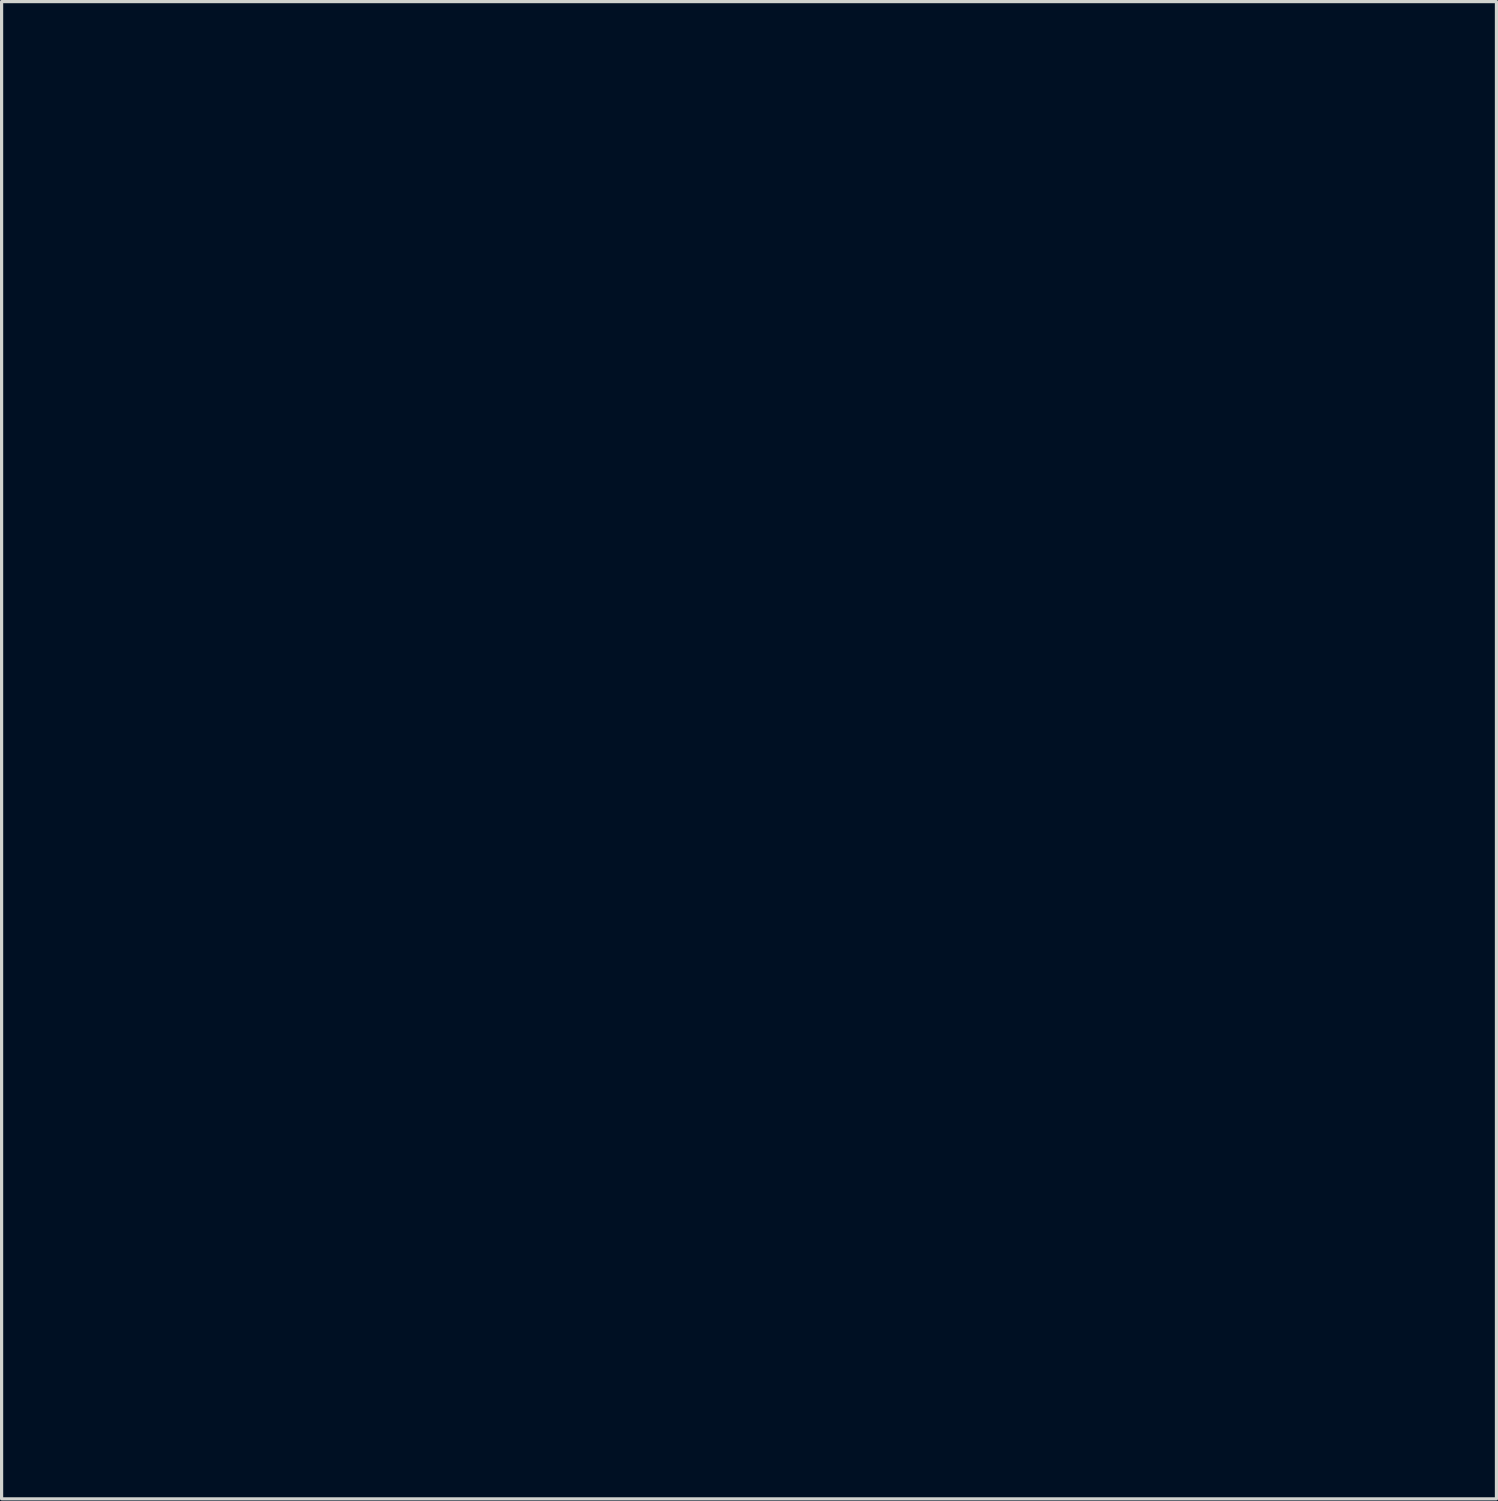
<source format=kicad_pcb>
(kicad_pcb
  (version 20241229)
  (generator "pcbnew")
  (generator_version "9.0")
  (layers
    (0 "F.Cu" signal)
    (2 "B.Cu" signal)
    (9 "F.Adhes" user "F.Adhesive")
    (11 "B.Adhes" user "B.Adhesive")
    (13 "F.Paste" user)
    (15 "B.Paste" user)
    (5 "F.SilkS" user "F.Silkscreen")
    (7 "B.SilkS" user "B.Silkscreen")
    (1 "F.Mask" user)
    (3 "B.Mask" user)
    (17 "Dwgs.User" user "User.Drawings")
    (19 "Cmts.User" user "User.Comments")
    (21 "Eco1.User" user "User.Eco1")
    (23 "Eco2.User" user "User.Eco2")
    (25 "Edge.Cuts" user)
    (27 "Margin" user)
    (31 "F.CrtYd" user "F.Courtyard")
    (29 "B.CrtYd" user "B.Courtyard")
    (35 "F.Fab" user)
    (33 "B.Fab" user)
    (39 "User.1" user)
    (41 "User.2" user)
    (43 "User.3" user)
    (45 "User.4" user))
  (footprint "Key1headFMask"
    (layer "F.Cu")
    (at 20.377 20.44)
    (property "Reference" "Key1headFMask" (at 0 0 0) (layer "F.Mask") (effects (font (size 1.524 1.524) (thickness 0.3))))
    (attr through_hole)
    (fp_poly (pts (xy -5.912 -5.426) (xy -5.869 -5.349) (xy -5.788 -5.176) (xy -5.679 -4.93) (xy -5.552 -4.633) (xy -5.491 -4.486) (xy -5.127 -3.606) (xy -5.548 -3.185) (xy -5.969 -2.763) (xy -5.969 -4.125) (xy -5.966 -4.557) (xy -5.959 -4.916) (xy -5.948 -5.19) (xy -5.933 -5.364) (xy -5.916 -5.428) (xy -5.912 -5.426)) (stroke (width 0.01) (type solid)) (fill yes) (layer "F.Mask"))
    (fp_poly (pts (xy -5.244 1.491) (xy -4.966 1.608) (xy -4.73 1.712) (xy -4.562 1.792) (xy -4.489 1.836) (xy -4.483 1.925) (xy -4.531 2.117) (xy -4.629 2.402) (xy -4.775 2.77) (xy -4.953 3.188) (xy -5.057 3.423) (xy -5.515 2.962) (xy -5.974 2.501) (xy -5.955 1.855) (xy -5.937 1.209) (xy -5.244 1.491)) (stroke (width 0.01) (type solid)) (fill yes) (layer "F.Mask"))
    (fp_poly (pts (xy -1.65 6.224) (xy -1.048 6.224) (xy -0.709 7.08) (xy -0.59 7.389) (xy -0.492 7.657) (xy -0.423 7.863) (xy -0.392 7.982) (xy -0.392 8.001) (xy -0.44 7.978) (xy -0.565 7.876) (xy -0.751 7.708) (xy -0.985 7.486) (xy -1.255 7.223) (xy -1.333 7.144) (xy -2.253 6.223) (xy -1.65 6.224)) (stroke (width 0.01) (type solid)) (fill yes) (layer "F.Mask"))
    (fp_poly (pts (xy 0.506 -7.965) (xy 0.63 -7.869) (xy 0.818 -7.702) (xy 1.059 -7.476) (xy 1.34 -7.201) (xy 1.396 -7.145) (xy 2.316 -6.223) (xy 1.136 -6.223) (xy 0.974 -6.588) (xy 0.804 -6.983) (xy 0.66 -7.336) (xy 0.55 -7.63) (xy 0.48 -7.847) (xy 0.456 -7.97) (xy 0.457 -7.98) (xy 0.506 -7.965)) (stroke (width 0.01) (type solid)) (fill yes) (layer "F.Mask"))
    (fp_poly (pts (xy 7.144 -1.397) (xy 7.421 -1.118) (xy 7.665 -0.868) (xy 7.862 -0.662) (xy 7.999 -0.513) (xy 8.062 -0.436) (xy 8.065 -0.429) (xy 8.049 -0.397) (xy 7.993 -0.392) (xy 7.88 -0.42) (xy 7.696 -0.485) (xy 7.426 -0.592) (xy 7.064 -0.742) (xy 6.223 -1.094) (xy 6.223 -2.316) (xy 7.144 -1.397)) (stroke (width 0.01) (type solid)) (fill yes) (layer "F.Mask"))
    (fp_poly (pts (xy 7.956 0.462) (xy 7.937 0.512) (xy 7.839 0.639) (xy 7.676 0.827) (xy 7.458 1.063) (xy 7.198 1.333) (xy 7.129 1.403) (xy 6.225 2.318) (xy 6.224 1.707) (xy 6.223 1.096) (xy 7.051 0.766) (xy 7.355 0.648) (xy 7.621 0.553) (xy 7.824 0.488) (xy 7.94 0.461) (xy 7.956 0.462)) (stroke (width 0.01) (type solid)) (fill yes) (layer "F.Mask"))
    (fp_poly (pts (xy 6.032 1.004) (xy 5.341 1.296) (xy 4.98 1.443) (xy 4.722 1.537) (xy 4.554 1.581) (xy 4.466 1.576) (xy 4.445 1.54) (xy 4.457 1.458) (xy 4.487 1.288) (xy 4.531 1.064) (xy 4.534 1.048) (xy 4.586 0.784) (xy 4.633 0.533) (xy 4.664 0.365) (xy 4.705 0.127) (xy 6.032 0.127) (xy 6.032 1.004)) (stroke (width 0.01) (type solid)) (fill yes) (layer "F.Mask"))
    (fp_poly (pts (xy -0.064 -4.604) (xy -0.778 -4.491) (xy -1.109 -4.439) (xy -1.335 -4.405) (xy -1.476 -4.389) (xy -1.551 -4.391) (xy -1.581 -4.408) (xy -1.586 -4.442) (xy -1.585 -4.461) (xy -1.561 -4.547) (xy -1.496 -4.725) (xy -1.401 -4.969) (xy -1.286 -5.253) (xy -1.278 -5.271) (xy -0.974 -6.001) (xy -0.519 -6.019) (xy -0.064 -6.038) (xy -0.064 -4.604)) (stroke (width 0.01) (type solid)) (fill yes) (layer "F.Mask"))
    (fp_poly (pts (xy 4.469 -1.618) (xy 4.63 -1.564) (xy 4.862 -1.477) (xy 5.146 -1.364) (xy 5.232 -1.329) (xy 6.032 -0.999) (xy 6.032 -0.064) (xy 4.705 -0.064) (xy 4.667 -0.302) (xy 4.634 -0.477) (xy 4.581 -0.727) (xy 4.518 -1.006) (xy 4.503 -1.072) (xy 4.449 -1.314) (xy 4.413 -1.506) (xy 4.401 -1.616) (xy 4.404 -1.631) (xy 4.469 -1.618)) (stroke (width 0.01) (type solid)) (fill yes) (layer "F.Mask"))
    (fp_poly (pts (xy -6.166 0.365) (xy -6.173 0.58) (xy -6.195 0.723) (xy -6.248 0.798) (xy -6.352 0.81) (xy -6.526 0.763) (xy -6.786 0.662) (xy -7.014 0.568) (xy -7.304 0.445) (xy -7.554 0.334) (xy -7.738 0.247) (xy -7.832 0.194) (xy -7.836 0.19) (xy -7.806 0.162) (xy -7.649 0.142) (xy -7.366 0.13) (xy -7.029 0.127) (xy -6.16 0.127) (xy -6.166 0.365)) (stroke (width 0.01) (type solid)) (fill yes) (layer "F.Mask"))
    (fp_poly (pts (xy -5.59 -5.433) (xy -5.467 -5.343) (xy -5.284 -5.181) (xy -5.052 -4.958) (xy -5.019 -4.924) (xy -4.418 -4.32) (xy -4.666 -4.065) (xy -4.812 -3.925) (xy -4.925 -3.832) (xy -4.968 -3.81) (xy -5.021 -3.863) (xy -5.099 -4) (xy -5.152 -4.112) (xy -5.329 -4.531) (xy -5.471 -4.888) (xy -5.572 -5.168) (xy -5.629 -5.36) (xy -5.639 -5.44) (xy -5.59 -5.433)) (stroke (width 0.01) (type solid)) (fill yes) (layer "F.Mask"))
    (fp_poly (pts (xy -4.386 -1.568) (xy -4.374 -1.495) (xy -4.391 -1.348) (xy -4.438 -1.103) (xy -4.453 -1.032) (xy -4.507 -0.754) (xy -4.548 -0.499) (xy -4.569 -0.311) (xy -4.571 -0.27) (xy -4.572 -0.064) (xy -5.969 -0.064) (xy -5.969 -0.995) (xy -5.241 -1.291) (xy -4.954 -1.405) (xy -4.705 -1.499) (xy -4.521 -1.563) (xy -4.426 -1.587) (xy -4.424 -1.587) (xy -4.386 -1.568)) (stroke (width 0.01) (type solid)) (fill yes) (layer "F.Mask"))
    (fp_poly (pts (xy -6.233 -0.788) (xy -6.185 -0.706) (xy -6.168 -0.559) (xy -6.164 -0.365) (xy -6.16 -0.064) (xy -7.093 -0.064) (xy -7.488 -0.067) (xy -7.761 -0.078) (xy -7.918 -0.096) (xy -7.965 -0.122) (xy -7.96 -0.13) (xy -7.88 -0.177) (xy -7.706 -0.262) (xy -7.46 -0.373) (xy -7.168 -0.499) (xy -7.074 -0.539) (xy -6.731 -0.681) (xy -6.488 -0.772) (xy -6.328 -0.809) (xy -6.233 -0.788)) (stroke (width 0.01) (type solid)) (fill yes) (layer "F.Mask"))
    (fp_poly (pts (xy -4.873 3.914) (xy -4.738 4.016) (xy -4.65 4.093) (xy -4.413 4.312) (xy -5.015 4.918) (xy -5.24 5.141) (xy -5.434 5.327) (xy -5.579 5.46) (xy -5.658 5.522) (xy -5.665 5.524) (xy -5.67 5.471) (xy -5.636 5.331) (xy -5.579 5.159) (xy -5.455 4.84) (xy -5.325 4.533) (xy -5.198 4.261) (xy -5.086 4.047) (xy -5 3.911) (xy -4.956 3.873) (xy -4.873 3.914)) (stroke (width 0.01) (type solid)) (fill yes) (layer "F.Mask"))
    (fp_poly (pts (xy -1.573 7.188) (xy -1.243 7.532) (xy -0.994 7.796) (xy -0.819 7.989) (xy -0.708 8.121) (xy -0.654 8.203) (xy -0.648 8.243) (xy -0.682 8.251) (xy -0.683 8.251) (xy -0.75 8.227) (xy -0.921 8.158) (xy -1.185 8.051) (xy -1.527 7.91) (xy -1.937 7.741) (xy -2.4 7.548) (xy -2.904 7.338) (xy -3.111 7.251) (xy -5.493 6.255) (xy -2.508 6.216) (xy -1.573 7.188)) (stroke (width 0.01) (type solid)) (fill yes) (layer "F.Mask"))
    (fp_poly (pts (xy -0.099 -7.932) (xy -0.08 -7.779) (xy -0.068 -7.512) (xy -0.064 -7.14) (xy -0.064 -7.125) (xy -0.064 -6.223) (xy -0.445 -6.223) (xy -0.661 -6.233) (xy -0.795 -6.262) (xy -0.826 -6.29) (xy -0.801 -6.378) (xy -0.737 -6.555) (xy -0.644 -6.792) (xy -0.533 -7.064) (xy -0.416 -7.341) (xy -0.304 -7.597) (xy -0.21 -7.805) (xy -0.144 -7.936) (xy -0.124 -7.966) (xy -0.099 -7.932)) (stroke (width 0.01) (type solid)) (fill yes) (layer "F.Mask"))
    (fp_poly (pts (xy -0.064 7.112) (xy -0.066 7.432) (xy -0.072 7.7) (xy -0.081 7.895) (xy -0.093 7.993) (xy -0.098 8.001) (xy -0.14 7.948) (xy -0.211 7.812) (xy -0.262 7.699) (xy -0.437 7.289) (xy -0.587 6.929) (xy -0.706 6.634) (xy -0.787 6.42) (xy -0.824 6.303) (xy -0.826 6.29) (xy -0.766 6.252) (xy -0.607 6.228) (xy -0.445 6.223) (xy -0.064 6.223) (xy -0.064 7.112)) (stroke (width 0.01) (type solid)) (fill yes) (layer "F.Mask"))
    (fp_poly (pts (xy 5.686 -5.448) (xy 5.684 -5.371) (xy 5.64 -5.207) (xy 5.563 -4.98) (xy 5.465 -4.718) (xy 5.357 -4.448) (xy 5.247 -4.195) (xy 5.149 -3.987) (xy 5.071 -3.85) (xy 5.03 -3.81) (xy 4.961 -3.852) (xy 4.836 -3.961) (xy 4.728 -4.067) (xy 4.477 -4.324) (xy 5.065 -4.902) (xy 5.286 -5.115) (xy 5.475 -5.288) (xy 5.612 -5.404) (xy 5.682 -5.449) (xy 5.686 -5.448)) (stroke (width 0.01) (type solid)) (fill yes) (layer "F.Mask"))
    (fp_poly (pts (xy 7.394 0.13) (xy 7.656 0.139) (xy 7.843 0.153) (xy 7.933 0.17) (xy 7.938 0.175) (xy 7.891 0.215) (xy 7.747 0.288) (xy 7.501 0.397) (xy 7.148 0.544) (xy 6.681 0.731) (xy 6.595 0.765) (xy 6.419 0.825) (xy 6.294 0.849) (xy 6.262 0.843) (xy 6.24 0.763) (xy 6.226 0.598) (xy 6.223 0.466) (xy 6.223 0.127) (xy 7.08 0.127) (xy 7.394 0.13)) (stroke (width 0.01) (type solid)) (fill yes) (layer "F.Mask"))
    (fp_poly (pts (xy -5.286 0.127) (xy -4.572 0.127) (xy -4.57 0.365) (xy -4.554 0.556) (xy -4.517 0.809) (xy -4.477 1.016) (xy -4.43 1.239) (xy -4.396 1.418) (xy -4.384 1.508) (xy -4.432 1.573) (xy -4.574 1.567) (xy -4.798 1.493) (xy -4.826 1.481) (xy -4.996 1.409) (xy -5.234 1.309) (xy -5.49 1.203) (xy -5.504 1.197) (xy -5.959 1.008) (xy -5.98 0.568) (xy -6.001 0.127) (xy -5.286 0.127)) (stroke (width 0.01) (type solid)) (fill yes) (layer "F.Mask"))
    (fp_poly (pts (xy -0.425 -20.114) (xy -0.484 -19.944) (xy -0.583 -19.68) (xy -0.716 -19.335) (xy -0.88 -18.92) (xy -1.069 -18.449) (xy -1.279 -17.931) (xy -1.45 -17.515) (xy -2.53 -14.891) (xy -5.81 -14.857) (xy -3.13 -17.538) (xy -2.648 -18.019) (xy -2.192 -18.471) (xy -1.771 -18.886) (xy -1.393 -19.257) (xy -1.064 -19.576) (xy -0.793 -19.835) (xy -0.589 -20.027) (xy -0.458 -20.145) (xy -0.41 -20.179) (xy -0.425 -20.114)) (stroke (width 0.01) (type solid)) (fill yes) (layer "F.Mask"))
    (fp_poly (pts (xy 0.265 -7.771) (xy 0.333 -7.651) (xy 0.401 -7.507) (xy 0.493 -7.296) (xy 0.597 -7.048) (xy 0.7 -6.793) (xy 0.791 -6.56) (xy 0.858 -6.379) (xy 0.888 -6.281) (xy 0.889 -6.274) (xy 0.831 -6.247) (xy 0.681 -6.229) (xy 0.508 -6.223) (xy 0.127 -6.223) (xy 0.131 -6.906) (xy 0.138 -7.2) (xy 0.151 -7.456) (xy 0.17 -7.642) (xy 0.185 -7.715) (xy 0.224 -7.79) (xy 0.265 -7.771)) (stroke (width 0.01) (type solid)) (fill yes) (layer "F.Mask"))
    (fp_poly (pts (xy 6.347 -0.865) (xy 6.518 -0.8) (xy 6.748 -0.705) (xy 7.014 -0.591) (xy 7.29 -0.469) (xy 7.551 -0.35) (xy 7.773 -0.245) (xy 7.931 -0.165) (xy 8 -0.121) (xy 8.001 -0.118) (xy 7.941 -0.099) (xy 7.777 -0.082) (xy 7.532 -0.07) (xy 7.227 -0.064) (xy 7.112 -0.064) (xy 6.223 -0.064) (xy 6.223 -0.476) (xy 6.228 -0.686) (xy 6.242 -0.835) (xy 6.261 -0.889) (xy 6.347 -0.865)) (stroke (width 0.01) (type solid)) (fill yes) (layer "F.Mask"))
    (fp_poly (pts (xy -8.846 0.333) (xy -9.203 1.206) (xy -9.518 1.97) (xy -9.788 2.623) (xy -10.015 3.164) (xy -10.196 3.592) (xy -10.332 3.906) (xy -10.423 4.104) (xy -10.467 4.186) (xy -10.47 4.188) (xy -10.536 4.164) (xy -10.705 4.096) (xy -10.964 3.991) (xy -11.3 3.853) (xy -11.698 3.689) (xy -12.144 3.505) (xy -12.541 3.34) (xy -14.573 2.495) (xy -14.591 1.311) (xy -14.608 0.127) (xy -8.761 0.127) (xy -8.846 0.333)) (stroke (width 0.01) (type solid)) (fill yes) (layer "F.Mask"))
    (fp_poly (pts (xy -7.734 0.466) (xy -7.485 0.561) (xy -7.133 0.707) (xy -6.988 0.768) (xy -6.223 1.092) (xy -6.223 1.657) (xy -6.225 1.907) (xy -6.229 2.101) (xy -6.236 2.209) (xy -6.24 2.223) (xy -6.287 2.18) (xy -6.411 2.06) (xy -6.596 1.876) (xy -6.831 1.642) (xy -7.1 1.371) (xy -7.176 1.294) (xy -7.504 0.963) (xy -7.741 0.716) (xy -7.884 0.548) (xy -7.932 0.454) (xy -7.883 0.429) (xy -7.734 0.466)) (stroke (width 0.01) (type solid)) (fill yes) (layer "F.Mask"))
    (fp_poly (pts (xy -1.822 4.564) (xy -1.727 4.717) (xy -1.607 4.945) (xy -1.474 5.226) (xy -1.338 5.541) (xy -1.212 5.858) (xy -1.146 6.032) (xy -2.448 6.032) (xy -2.875 5.602) (xy -3.06 5.41) (xy -3.204 5.248) (xy -3.288 5.139) (xy -3.302 5.11) (xy -3.247 5.065) (xy -3.101 4.988) (xy -2.892 4.89) (xy -2.648 4.784) (xy -2.397 4.681) (xy -2.167 4.592) (xy -1.985 4.531) (xy -1.882 4.508) (xy -1.822 4.564)) (stroke (width 0.01) (type solid)) (fill yes) (layer "F.Mask"))
    (fp_poly (pts (xy 0.709 6.231) (xy 0.847 6.251) (xy 0.889 6.275) (xy 0.867 6.348) (xy 0.806 6.511) (xy 0.719 6.738) (xy 0.616 7) (xy 0.507 7.272) (xy 0.403 7.527) (xy 0.316 7.737) (xy 0.255 7.875) (xy 0.234 7.916) (xy 0.178 7.903) (xy 0.169 7.895) (xy 0.153 7.819) (xy 0.14 7.641) (xy 0.131 7.387) (xy 0.127 7.083) (xy 0.127 7.038) (xy 0.127 6.223) (xy 0.508 6.223) (xy 0.709 6.231)) (stroke (width 0.01) (type solid)) (fill yes) (layer "F.Mask"))
    (fp_poly (pts (xy 4.967 5.062) (xy 5.24 5.338) (xy 5.429 5.537) (xy 5.54 5.669) (xy 5.583 5.745) (xy 5.565 5.774) (xy 5.54 5.774) (xy 5.467 5.749) (xy 5.301 5.683) (xy 5.063 5.585) (xy 4.778 5.465) (xy 4.701 5.433) (xy 4.409 5.303) (xy 4.162 5.185) (xy 3.981 5.089) (xy 3.891 5.027) (xy 3.885 5.018) (xy 3.911 4.934) (xy 4.008 4.798) (xy 4.102 4.692) (xy 4.346 4.443) (xy 4.967 5.062)) (stroke (width 0.01) (type solid)) (fill yes) (layer "F.Mask"))
    (fp_poly (pts (xy 6.019 1.858) (xy 6.037 2.5) (xy 5.608 2.933) (xy 5.419 3.119) (xy 5.264 3.265) (xy 5.162 3.351) (xy 5.137 3.365) (xy 5.098 3.31) (xy 5.023 3.16) (xy 4.921 2.936) (xy 4.804 2.661) (xy 4.792 2.633) (xy 4.647 2.266) (xy 4.564 2.011) (xy 4.541 1.866) (xy 4.552 1.836) (xy 4.633 1.788) (xy 4.807 1.706) (xy 5.047 1.602) (xy 5.308 1.494) (xy 6.001 1.215) (xy 6.019 1.858)) (stroke (width 0.01) (type solid)) (fill yes) (layer "F.Mask"))
    (fp_poly (pts (xy -5.585 3.174) (xy -5.415 3.367) (xy -5.285 3.533) (xy -5.214 3.643) (xy -5.207 3.667) (xy -5.23 3.761) (xy -5.29 3.94) (xy -5.379 4.179) (xy -5.486 4.452) (xy -5.601 4.734) (xy -5.713 5.001) (xy -5.813 5.227) (xy -5.891 5.389) (xy -5.935 5.46) (xy -5.938 5.461) (xy -5.947 5.401) (xy -5.955 5.232) (xy -5.961 4.973) (xy -5.965 4.642) (xy -5.966 4.258) (xy -5.966 4.112) (xy -5.963 2.762) (xy -5.585 3.174)) (stroke (width 0.01) (type solid)) (fill yes) (layer "F.Mask"))
    (fp_poly (pts (xy -3.749 -6.024) (xy -3.429 -6.019) (xy -3.16 -6.01) (xy -2.967 -5.998) (xy -2.876 -5.981) (xy -2.875 -5.981) (xy -2.868 -5.92) (xy -2.953 -5.796) (xy -3.134 -5.602) (xy -3.192 -5.545) (xy -3.588 -5.158) (xy -4.522 -5.548) (xy -4.902 -5.711) (xy -5.165 -5.834) (xy -5.317 -5.92) (xy -5.359 -5.97) (xy -5.347 -5.98) (xy -5.244 -5.997) (xy -5.042 -6.009) (xy -4.767 -6.019) (xy -4.443 -6.024) (xy -4.095 -6.026) (xy -3.749 -6.024)) (stroke (width 0.01) (type solid)) (fill yes) (layer "F.Mask"))
    (fp_poly (pts (xy -1.276 -5.699) (xy -1.419 -5.355) (xy -1.563 -5.045) (xy -1.698 -4.791) (xy -1.812 -4.612) (xy -1.895 -4.528) (xy -1.905 -4.525) (xy -2.003 -4.541) (xy -2.185 -4.599) (xy -2.42 -4.687) (xy -2.54 -4.737) (xy -2.792 -4.842) (xy -3.008 -4.929) (xy -3.156 -4.986) (xy -3.191 -4.998) (xy -3.27 -5.039) (xy -3.288 -5.106) (xy -3.235 -5.216) (xy -3.106 -5.384) (xy -2.914 -5.604) (xy -2.529 -6.032) (xy -1.145 -6.032) (xy -1.276 -5.699)) (stroke (width 0.01) (type solid)) (fill yes) (layer "F.Mask"))
    (fp_poly (pts (xy -0.408 -7.926) (xy -0.462 -7.75) (xy -0.549 -7.501) (xy -0.66 -7.205) (xy -0.709 -7.08) (xy -1.048 -6.224) (xy -1.635 -6.224) (xy -1.891 -6.229) (xy -2.09 -6.244) (xy -2.205 -6.266) (xy -2.223 -6.279) (xy -2.18 -6.345) (xy -2.063 -6.475) (xy -1.888 -6.656) (xy -1.671 -6.87) (xy -1.43 -7.103) (xy -1.181 -7.338) (xy -0.941 -7.561) (xy -0.725 -7.754) (xy -0.551 -7.904) (xy -0.435 -7.993) (xy -0.394 -8.009) (xy -0.408 -7.926)) (stroke (width 0.01) (type solid)) (fill yes) (layer "F.Mask"))
    (fp_poly (pts (xy -0.106 -20.068) (xy -0.096 -19.893) (xy -0.086 -19.617) (xy -0.078 -19.254) (xy -0.071 -18.817) (xy -0.066 -18.319) (xy -0.064 -17.772) (xy -0.064 -17.494) (xy -0.064 -14.859) (xy -2.351 -14.859) (xy -2.266 -15.065) (xy -1.87 -16.026) (xy -1.519 -16.873) (xy -1.213 -17.611) (xy -0.948 -18.245) (xy -0.724 -18.779) (xy -0.538 -19.217) (xy -0.388 -19.564) (xy -0.273 -19.825) (xy -0.191 -20.003) (xy -0.139 -20.103) (xy -0.118 -20.13) (xy -0.106 -20.068)) (stroke (width 0.01) (type solid)) (fill yes) (layer "F.Mask"))
    (fp_poly (pts (xy 2.105 6.243) (xy 2.211 6.261) (xy 2.223 6.271) (xy 2.179 6.331) (xy 2.06 6.464) (xy 1.878 6.656) (xy 1.648 6.89) (xy 1.407 7.131) (xy 1.076 7.455) (xy 0.823 7.691) (xy 0.641 7.845) (xy 0.523 7.924) (xy 0.46 7.933) (xy 0.446 7.89) (xy 0.47 7.817) (xy 0.534 7.65) (xy 0.63 7.412) (xy 0.747 7.126) (xy 0.779 7.048) (xy 1.111 6.255) (xy 1.667 6.236) (xy 1.915 6.234) (xy 2.105 6.243)) (stroke (width 0.01) (type solid)) (fill yes) (layer "F.Mask"))
    (fp_poly (pts (xy 4.65 -3.891) (xy 4.804 -3.73) (xy 4.913 -3.596) (xy 4.953 -3.521) (xy 4.928 -3.425) (xy 4.862 -3.247) (xy 4.767 -3.015) (xy 4.654 -2.756) (xy 4.537 -2.497) (xy 4.426 -2.265) (xy 4.335 -2.088) (xy 4.276 -1.992) (xy 4.265 -1.983) (xy 4.196 -2.019) (xy 4.109 -2.136) (xy 4.09 -2.171) (xy 3.902 -2.484) (xy 3.657 -2.816) (xy 3.499 -3.002) (xy 3.339 -3.178) (xy 3.843 -3.684) (xy 4.346 -4.19) (xy 4.65 -3.891)) (stroke (width 0.01) (type solid)) (fill yes) (layer "F.Mask"))
    (fp_poly (pts (xy 5.994 -5.386) (xy 6.01 -5.23) (xy 6.022 -4.969) (xy 6.03 -4.612) (xy 6.032 -4.172) (xy 6.03 -3.779) (xy 6.024 -3.433) (xy 6.014 -3.152) (xy 6.002 -2.956) (xy 5.987 -2.863) (xy 5.983 -2.857) (xy 5.918 -2.9) (xy 5.79 -3.012) (xy 5.621 -3.173) (xy 5.562 -3.233) (xy 5.191 -3.608) (xy 5.553 -4.487) (xy 5.685 -4.799) (xy 5.803 -5.071) (xy 5.898 -5.28) (xy 5.96 -5.404) (xy 5.974 -5.426) (xy 5.994 -5.386)) (stroke (width 0.01) (type solid)) (fill yes) (layer "F.Mask"))
    (fp_poly (pts (xy 6.032 4.114) (xy 6.031 4.512) (xy 6.027 4.863) (xy 6.022 5.15) (xy 6.014 5.353) (xy 6.006 5.453) (xy 6.002 5.461) (xy 5.956 5.411) (xy 5.887 5.289) (xy 5.886 5.286) (xy 5.763 5.022) (xy 5.638 4.722) (xy 5.52 4.411) (xy 5.417 4.116) (xy 5.339 3.864) (xy 5.296 3.681) (xy 5.293 3.604) (xy 5.354 3.491) (xy 5.483 3.326) (xy 5.653 3.141) (xy 5.681 3.114) (xy 6.032 2.767) (xy 6.032 4.114)) (stroke (width 0.01) (type solid)) (fill yes) (layer "F.Mask"))
    (fp_poly (pts (xy 3.75 3.845) (xy 4.219 4.317) (xy 3.906 4.635) (xy 3.746 4.792) (xy 3.623 4.904) (xy 3.56 4.949) (xy 3.558 4.949) (xy 3.49 4.925) (xy 3.328 4.862) (xy 3.097 4.769) (xy 2.826 4.657) (xy 2.548 4.54) (xy 2.313 4.437) (xy 2.146 4.359) (xy 2.073 4.318) (xy 2.095 4.262) (xy 2.204 4.162) (xy 2.376 4.04) (xy 2.391 4.031) (xy 2.631 3.871) (xy 2.871 3.7) (xy 3.022 3.584) (xy 3.282 3.374) (xy 3.75 3.845)) (stroke (width 0.01) (type solid)) (fill yes) (layer "F.Mask"))
    (fp_poly (pts (xy -5.017 -3.305) (xy -5.013 -3.299) (xy -4.946 -3.167) (xy -4.855 -2.951) (xy -4.753 -2.69) (xy -4.656 -2.422) (xy -4.577 -2.185) (xy -4.531 -2.016) (xy -4.527 -1.995) (xy -4.495 -1.796) (xy -5.193 -1.501) (xy -5.468 -1.386) (xy -5.699 -1.293) (xy -5.862 -1.229) (xy -5.932 -1.206) (xy -5.947 -1.266) (xy -5.956 -1.426) (xy -5.959 -1.663) (xy -5.955 -1.914) (xy -5.937 -2.621) (xy -5.505 -3.006) (xy -5.292 -3.19) (xy -5.152 -3.294) (xy -5.066 -3.328) (xy -5.017 -3.305)) (stroke (width 0.01) (type solid)) (fill yes) (layer "F.Mask"))
    (fp_poly (pts (xy -4.213 4.55) (xy -4.086 4.654) (xy -3.944 4.787) (xy -3.821 4.917) (xy -3.752 5.011) (xy -3.747 5.028) (xy -3.806 5.072) (xy -3.978 5.154) (xy -4.259 5.273) (xy -4.641 5.425) (xy -5.001 5.563) (xy -5.199 5.63) (xy -5.342 5.661) (xy -5.397 5.65) (xy -5.397 5.649) (xy -5.355 5.576) (xy -5.242 5.438) (xy -5.08 5.258) (xy -4.891 5.059) (xy -4.696 4.862) (xy -4.518 4.689) (xy -4.377 4.565) (xy -4.296 4.509) (xy -4.29 4.508) (xy -4.213 4.55)) (stroke (width 0.01) (type solid)) (fill yes) (layer "F.Mask"))
    (fp_poly (pts (xy -4.201 14.874) (xy -2.529 14.891) (xy -1.926 16.351) (xy -1.594 17.158) (xy -1.309 17.855) (xy -1.067 18.448) (xy -0.868 18.942) (xy -0.707 19.346) (xy -0.584 19.665) (xy -0.494 19.905) (xy -0.436 20.073) (xy -0.407 20.176) (xy -0.403 20.219) (xy -0.452 20.188) (xy -0.582 20.074) (xy -0.786 19.885) (xy -1.056 19.629) (xy -1.385 19.313) (xy -1.764 18.944) (xy -2.186 18.53) (xy -2.643 18.079) (xy -3.128 17.597) (xy -3.152 17.573) (xy -5.874 14.858) (xy -4.201 14.874)) (stroke (width 0.01) (type solid)) (fill yes) (layer "F.Mask"))
    (fp_poly (pts (xy 5.486 -5.628) (xy 5.386 -5.506) (xy 5.234 -5.338) (xy 5.048 -5.145) (xy 4.85 -4.948) (xy 4.659 -4.765) (xy 4.496 -4.619) (xy 4.38 -4.528) (xy 4.34 -4.508) (xy 4.258 -4.554) (xy 4.135 -4.669) (xy 4.069 -4.745) (xy 3.955 -4.891) (xy 3.884 -4.995) (xy 3.873 -5.021) (xy 3.929 -5.067) (xy 4.078 -5.145) (xy 4.293 -5.245) (xy 4.55 -5.354) (xy 4.82 -5.463) (xy 5.078 -5.561) (xy 5.297 -5.638) (xy 5.451 -5.682) (xy 5.513 -5.685) (xy 5.486 -5.628)) (stroke (width 0.01) (type solid)) (fill yes) (layer "F.Mask"))
    (fp_poly (pts (xy 20.249 0.418) (xy 20.256 0.43) (xy 20.213 0.482) (xy 20.087 0.616) (xy 19.887 0.823) (xy 19.62 1.097) (xy 19.294 1.428) (xy 18.917 1.81) (xy 18.496 2.233) (xy 18.04 2.691) (xy 17.557 3.175) (xy 14.857 5.874) (xy 14.874 4.226) (xy 14.891 2.579) (xy 17.232 1.609) (xy 17.911 1.328) (xy 18.481 1.092) (xy 18.953 0.898) (xy 19.335 0.743) (xy 19.636 0.623) (xy 19.865 0.534) (xy 20.032 0.472) (xy 20.146 0.435) (xy 20.215 0.418) (xy 20.249 0.418)) (stroke (width 0.01) (type solid)) (fill yes) (layer "F.Mask"))
    (fp_poly (pts (xy -8.066 0.779) (xy -7.94 0.879) (xy -7.75 1.045) (xy -7.509 1.264) (xy -7.233 1.525) (xy -7.123 1.631) (xy -6.152 2.572) (xy -6.203 4) (xy -6.255 5.429) (xy -6.392 5.112) (xy -6.475 4.914) (xy -6.595 4.629) (xy -6.742 4.275) (xy -6.909 3.87) (xy -7.088 3.436) (xy -7.271 2.989) (xy -7.45 2.551) (xy -7.618 2.139) (xy -7.767 1.772) (xy -7.889 1.471) (xy -7.976 1.254) (xy -8.013 1.158) (xy -8.078 0.963) (xy -8.114 0.813) (xy -8.116 0.757) (xy -8.066 0.779)) (stroke (width 0.01) (type solid)) (fill yes) (layer "F.Mask"))
    (fp_poly (pts (xy -5.326 -5.683) (xy -5.204 -5.64) (xy -5.007 -5.565) (xy -4.761 -5.468) (xy -4.494 -5.36) (xy -4.232 -5.253) (xy -4.003 -5.157) (xy -3.835 -5.083) (xy -3.753 -5.044) (xy -3.751 -5.042) (xy -3.773 -4.985) (xy -3.862 -4.875) (xy -3.989 -4.743) (xy -4.123 -4.619) (xy -4.235 -4.532) (xy -4.286 -4.508) (xy -4.356 -4.551) (xy -4.494 -4.667) (xy -4.68 -4.839) (xy -4.892 -5.047) (xy -5.154 -5.314) (xy -5.33 -5.504) (xy -5.425 -5.625) (xy -5.447 -5.688) (xy -5.4 -5.7) (xy -5.326 -5.683)) (stroke (width 0.01) (type solid)) (fill yes) (layer "F.Mask"))
    (fp_poly (pts (xy -4.17 2.086) (xy -4.062 2.221) (xy -3.925 2.411) (xy -3.777 2.631) (xy -3.636 2.852) (xy -3.52 3.05) (xy -3.446 3.195) (xy -3.429 3.253) (xy -3.472 3.333) (xy -3.585 3.471) (xy -3.741 3.641) (xy -3.915 3.818) (xy -4.082 3.975) (xy -4.216 4.087) (xy -4.291 4.128) (xy -4.366 4.085) (xy -4.497 3.975) (xy -4.634 3.843) (xy -4.913 3.559) (xy -4.61 2.796) (xy -4.491 2.51) (xy -4.382 2.274) (xy -4.294 2.108) (xy -4.238 2.036) (xy -4.233 2.035) (xy -4.17 2.086)) (stroke (width 0.01) (type solid)) (fill yes) (layer "F.Mask"))
    (fp_poly (pts (xy 3.846 5.272) (xy 4.037 5.34) (xy 4.285 5.438) (xy 4.565 5.552) (xy 4.849 5.672) (xy 5.11 5.786) (xy 5.322 5.883) (xy 5.457 5.951) (xy 5.49 5.973) (xy 5.45 5.993) (xy 5.292 6.01) (xy 5.023 6.022) (xy 4.65 6.03) (xy 4.204 6.032) (xy 3.806 6.03) (xy 3.454 6.024) (xy 3.168 6.014) (xy 2.966 6.002) (xy 2.865 5.988) (xy 2.857 5.983) (xy 2.9 5.918) (xy 3.012 5.79) (xy 3.173 5.621) (xy 3.232 5.563) (xy 3.606 5.193) (xy 3.846 5.272)) (stroke (width 0.01) (type solid)) (fill yes) (layer "F.Mask"))
    (fp_poly (pts (xy -6.215 -2.149) (xy -6.189 -2.047) (xy -6.17 -1.857) (xy -6.161 -1.616) (xy -6.16 -1.578) (xy -6.16 -1.093) (xy -7.049 -0.737) (xy -7.403 -0.595) (xy -7.656 -0.495) (xy -7.826 -0.432) (xy -7.928 -0.4) (xy -7.98 -0.393) (xy -7.999 -0.407) (xy -8.001 -0.436) (xy -8.001 -0.437) (xy -7.958 -0.497) (xy -7.839 -0.633) (xy -7.657 -0.827) (xy -7.426 -1.068) (xy -7.16 -1.338) (xy -7.135 -1.363) (xy -6.813 -1.683) (xy -6.568 -1.916) (xy -6.393 -2.067) (xy -6.281 -2.145) (xy -6.222 -2.156) (xy -6.215 -2.149)) (stroke (width 0.01) (type solid)) (fill yes) (layer "F.Mask"))
    (fp_poly (pts (xy -3.386 -4.866) (xy -3.198 -4.804) (xy -2.952 -4.713) (xy -2.676 -4.605) (xy -2.399 -4.491) (xy -2.152 -4.382) (xy -2.143 -4.378) (xy -2.019 -4.299) (xy -1.968 -4.224) (xy -2.017 -4.166) (xy -2.147 -4.058) (xy -2.332 -3.916) (xy -2.546 -3.761) (xy -2.763 -3.61) (xy -2.958 -3.481) (xy -3.105 -3.394) (xy -3.174 -3.365) (xy -3.236 -3.408) (xy -3.366 -3.522) (xy -3.545 -3.69) (xy -3.715 -3.856) (xy -4.208 -4.346) (xy -3.9 -4.618) (xy -3.724 -4.759) (xy -3.572 -4.857) (xy -3.486 -4.889) (xy -3.386 -4.866)) (stroke (width 0.01) (type solid)) (fill yes) (layer "F.Mask"))
    (fp_poly (pts (xy -3.136 3.464) (xy -2.99 3.556) (xy -2.832 3.668) (xy -2.601 3.835) (xy -2.357 4.003) (xy -2.227 4.089) (xy -1.946 4.271) (xy -2.126 4.365) (xy -2.239 4.419) (xy -2.427 4.503) (xy -2.66 4.604) (xy -2.91 4.711) (xy -3.149 4.811) (xy -3.347 4.892) (xy -3.477 4.943) (xy -3.51 4.953) (xy -3.561 4.911) (xy -3.675 4.802) (xy -3.83 4.647) (xy -3.842 4.635) (xy -4.155 4.317) (xy -3.714 3.873) (xy -3.521 3.684) (xy -3.358 3.535) (xy -3.247 3.446) (xy -3.214 3.429) (xy -3.136 3.464)) (stroke (width 0.01) (type solid)) (fill yes) (layer "F.Mask"))
    (fp_poly (pts (xy -1.327 4.485) (xy -1.116 4.532) (xy -0.87 4.586) (xy -0.643 4.624) (xy -0.507 4.636) (xy -0.319 4.645) (xy -0.194 4.688) (xy -0.117 4.785) (xy -0.078 4.957) (xy -0.065 5.225) (xy -0.064 5.4) (xy -0.064 6.032) (xy -0.429 6.025) (xy -0.647 6.017) (xy -0.822 6.002) (xy -0.893 5.991) (xy -0.949 5.928) (xy -1.036 5.775) (xy -1.143 5.56) (xy -1.258 5.309) (xy -1.369 5.049) (xy -1.466 4.808) (xy -1.535 4.612) (xy -1.565 4.488) (xy -1.561 4.461) (xy -1.488 4.459) (xy -1.327 4.485)) (stroke (width 0.01) (type solid)) (fill yes) (layer "F.Mask"))
    (fp_poly (pts (xy 3.648 -4.847) (xy 3.796 -4.735) (xy 3.938 -4.603) (xy 4.218 -4.317) (xy 3.746 -3.841) (xy 3.504 -3.604) (xy 3.33 -3.454) (xy 3.21 -3.382) (xy 3.131 -3.379) (xy 3.081 -3.426) (xy 3.015 -3.485) (xy 2.867 -3.595) (xy 2.66 -3.738) (xy 2.5 -3.846) (xy 2.24 -4.026) (xy 2.075 -4.162) (xy 2.012 -4.246) (xy 2.016 -4.264) (xy 2.104 -4.317) (xy 2.282 -4.402) (xy 2.519 -4.506) (xy 2.786 -4.617) (xy 3.053 -4.723) (xy 3.29 -4.812) (xy 3.467 -4.871) (xy 3.55 -4.889) (xy 3.648 -4.847)) (stroke (width 0.01) (type solid)) (fill yes) (layer "F.Mask"))
    (fp_poly (pts (xy 5.07 3.835) (xy 5.115 3.905) (xy 5.192 4.065) (xy 5.29 4.29) (xy 5.399 4.554) (xy 5.51 4.832) (xy 5.611 5.097) (xy 5.694 5.325) (xy 5.746 5.489) (xy 5.759 5.565) (xy 5.758 5.566) (xy 5.704 5.536) (xy 5.577 5.432) (xy 5.394 5.27) (xy 5.174 5.066) (xy 5.118 5.013) (xy 4.892 4.792) (xy 4.704 4.597) (xy 4.571 4.448) (xy 4.51 4.363) (xy 4.508 4.355) (xy 4.551 4.265) (xy 4.657 4.139) (xy 4.795 4.005) (xy 4.933 3.894) (xy 5.038 3.835) (xy 5.07 3.835)) (stroke (width 0.01) (type solid)) (fill yes) (layer "F.Mask"))
    (fp_poly (pts (xy 0.246 -20.051) (xy 0.302 -19.952) (xy 0.39 -19.748) (xy 0.393 -19.741) (xy 0.679 -19.055) (xy 0.955 -18.389) (xy 1.217 -17.753) (xy 1.462 -17.159) (xy 1.685 -16.615) (xy 1.881 -16.134) (xy 2.047 -15.724) (xy 2.178 -15.397) (xy 2.27 -15.163) (xy 2.319 -15.032) (xy 2.325 -15.013) (xy 2.363 -14.859) (xy 0.127 -14.859) (xy 0.133 -17.351) (xy 0.136 -17.907) (xy 0.14 -18.428) (xy 0.146 -18.898) (xy 0.153 -19.304) (xy 0.161 -19.629) (xy 0.17 -19.861) (xy 0.18 -19.984) (xy 0.182 -19.995) (xy 0.21 -20.061) (xy 0.246 -20.051)) (stroke (width 0.01) (type solid)) (fill yes) (layer "F.Mask"))
    (fp_poly (pts (xy 0.524 -6.032) (xy 0.744 -6.024) (xy 0.915 -6.005) (xy 0.99 -5.984) (xy 1.045 -5.905) (xy 1.13 -5.735) (xy 1.233 -5.505) (xy 1.34 -5.245) (xy 1.442 -4.985) (xy 1.524 -4.753) (xy 1.576 -4.581) (xy 1.587 -4.513) (xy 1.572 -4.441) (xy 1.514 -4.401) (xy 1.394 -4.392) (xy 1.195 -4.415) (xy 0.897 -4.467) (xy 0.762 -4.494) (xy 0.522 -4.542) (xy 0.327 -4.582) (xy 0.214 -4.608) (xy 0.206 -4.61) (xy 0.168 -4.662) (xy 0.143 -4.805) (xy 0.13 -5.05) (xy 0.127 -5.332) (xy 0.127 -6.032) (xy 0.524 -6.032)) (stroke (width 0.01) (type solid)) (fill yes) (layer "F.Mask"))
    (fp_poly (pts (xy 1.58 4.496) (xy 1.587 4.543) (xy 1.566 4.625) (xy 1.508 4.795) (xy 1.426 5.021) (xy 1.33 5.275) (xy 1.233 5.526) (xy 1.146 5.743) (xy 1.081 5.896) (xy 1.055 5.948) (xy 0.993 5.959) (xy 0.837 5.977) (xy 0.618 6.001) (xy 0.581 6.004) (xy 0.115 6.05) (xy 0.137 5.404) (xy 0.152 5.081) (xy 0.18 4.864) (xy 0.233 4.732) (xy 0.322 4.664) (xy 0.459 4.639) (xy 0.572 4.636) (xy 0.798 4.618) (xy 1.016 4.578) (xy 1.284 4.511) (xy 1.451 4.476) (xy 1.543 4.471) (xy 1.58 4.496)) (stroke (width 0.01) (type solid)) (fill yes) (layer "F.Mask"))
    (fp_poly (pts (xy 4.353 2.064) (xy 4.427 2.223) (xy 4.527 2.456) (xy 4.644 2.737) (xy 4.666 2.79) (xy 4.977 3.558) (xy 4.698 3.843) (xy 4.54 3.992) (xy 4.407 4.095) (xy 4.339 4.128) (xy 4.26 4.086) (xy 4.115 3.977) (xy 3.93 3.818) (xy 3.841 3.737) (xy 3.658 3.556) (xy 3.52 3.403) (xy 3.448 3.3) (xy 3.442 3.276) (xy 3.487 3.186) (xy 3.583 3.027) (xy 3.715 2.823) (xy 3.865 2.6) (xy 4.016 2.382) (xy 4.152 2.192) (xy 4.257 2.057) (xy 4.313 1.999) (xy 4.316 1.999) (xy 4.353 2.064)) (stroke (width 0.01) (type solid)) (fill yes) (layer "F.Mask"))
    (fp_poly (pts (xy 5.198 -3.303) (xy 5.32 -3.208) (xy 5.505 -3.034) (xy 5.586 -2.954) (xy 6.032 -2.512) (xy 6.032 -1.859) (xy 6.028 -1.589) (xy 6.017 -1.374) (xy 6 -1.24) (xy 5.985 -1.209) (xy 5.911 -1.233) (xy 5.746 -1.299) (xy 5.514 -1.394) (xy 5.271 -1.498) (xy 5 -1.617) (xy 4.773 -1.722) (xy 4.614 -1.8) (xy 4.551 -1.838) (xy 4.555 -1.91) (xy 4.598 -2.071) (xy 4.669 -2.293) (xy 4.759 -2.548) (xy 4.856 -2.807) (xy 4.952 -3.042) (xy 5.036 -3.225) (xy 5.078 -3.302) (xy 5.122 -3.331) (xy 5.198 -3.303)) (stroke (width 0.01) (type solid)) (fill yes) (layer "F.Mask"))
    (fp_poly (pts (xy -6.28 -5.282) (xy -6.258 -5.136) (xy -6.238 -4.868) (xy -6.219 -4.48) (xy -6.202 -3.99) (xy -6.161 -2.572) (xy -7.002 -1.726) (xy -7.388 -1.342) (xy -7.692 -1.047) (xy -7.921 -0.839) (xy -8.077 -0.713) (xy -8.166 -0.665) (xy -8.191 -0.687) (xy -8.168 -0.756) (xy -8.103 -0.927) (xy -8.001 -1.184) (xy -7.87 -1.511) (xy -7.715 -1.894) (xy -7.544 -2.315) (xy -7.363 -2.761) (xy -7.177 -3.214) (xy -6.994 -3.661) (xy -6.819 -4.084) (xy -6.66 -4.468) (xy -6.522 -4.798) (xy -6.411 -5.058) (xy -6.335 -5.233) (xy -6.303 -5.303) (xy -6.28 -5.282)) (stroke (width 0.01) (type solid)) (fill yes) (layer "F.Mask"))
    (fp_poly (pts (xy 1.983 4.533) (xy 2.157 4.582) (xy 2.386 4.66) (xy 2.641 4.757) (xy 2.894 4.861) (xy 3.118 4.96) (xy 3.283 5.045) (xy 3.362 5.104) (xy 3.365 5.112) (xy 3.323 5.183) (xy 3.209 5.319) (xy 3.043 5.497) (xy 2.935 5.606) (xy 2.505 6.032) (xy 1.967 6.032) (xy 1.71 6.025) (xy 1.497 6.008) (xy 1.363 5.985) (xy 1.343 5.976) (xy 1.314 5.929) (xy 1.321 5.833) (xy 1.368 5.668) (xy 1.46 5.417) (xy 1.529 5.241) (xy 1.644 4.968) (xy 1.752 4.74) (xy 1.839 4.584) (xy 1.891 4.525) (xy 1.983 4.533)) (stroke (width 0.01) (type solid)) (fill yes) (layer "F.Mask"))
    (fp_poly (pts (xy 2.964 -5.577) (xy 3.152 -5.382) (xy 3.293 -5.219) (xy 3.372 -5.108) (xy 3.381 -5.071) (xy 3.299 -5.026) (xy 3.128 -4.95) (xy 2.899 -4.855) (xy 2.641 -4.752) (xy 2.386 -4.655) (xy 2.163 -4.574) (xy 2.003 -4.522) (xy 1.942 -4.508) (xy 1.881 -4.564) (xy 1.786 -4.714) (xy 1.672 -4.935) (xy 1.596 -5.101) (xy 1.483 -5.368) (xy 1.392 -5.607) (xy 1.333 -5.783) (xy 1.319 -5.847) (xy 1.316 -5.918) (xy 1.341 -5.964) (xy 1.417 -5.991) (xy 1.568 -6.007) (xy 1.817 -6.017) (xy 1.901 -6.019) (xy 2.5 -6.038) (xy 2.964 -5.577)) (stroke (width 0.01) (type solid)) (fill yes) (layer "F.Mask"))
    (fp_poly (pts (xy -4.226 -4.098) (xy -4.074 -3.974) (xy -3.861 -3.766) (xy -3.807 -3.712) (xy -3.59 -3.493) (xy -3.45 -3.343) (xy -3.377 -3.242) (xy -3.358 -3.171) (xy -3.379 -3.11) (xy -3.398 -3.082) (xy -3.475 -2.973) (xy -3.6 -2.789) (xy -3.751 -2.564) (xy -3.82 -2.461) (xy -3.969 -2.246) (xy -4.096 -2.079) (xy -4.182 -1.983) (xy -4.205 -1.968) (xy -4.259 -2.022) (xy -4.34 -2.16) (xy -4.407 -2.302) (xy -4.506 -2.537) (xy -4.624 -2.826) (xy -4.729 -3.092) (xy -4.906 -3.548) (xy -4.71 -3.796) (xy -4.557 -3.987) (xy -4.442 -4.102) (xy -4.34 -4.14) (xy -4.226 -4.098)) (stroke (width 0.01) (type solid)) (fill yes) (layer "F.Mask"))
    (fp_poly (pts (xy -3.515 5.249) (xy -3.385 5.359) (xy -3.224 5.51) (xy -3.058 5.675) (xy -2.914 5.828) (xy -2.818 5.942) (xy -2.794 5.987) (xy -2.854 6.002) (xy -3.017 6.013) (xy -3.26 6.02) (xy -3.56 6.025) (xy -3.893 6.025) (xy -4.236 6.023) (xy -4.566 6.017) (xy -4.859 6.008) (xy -5.091 5.997) (xy -5.24 5.982) (xy -5.267 5.976) (xy -5.31 5.952) (xy -5.291 5.915) (xy -5.196 5.856) (xy -5.015 5.771) (xy -4.734 5.65) (xy -4.537 5.569) (xy -4.224 5.442) (xy -3.95 5.334) (xy -3.738 5.255) (xy -3.61 5.211) (xy -3.586 5.206) (xy -3.515 5.249)) (stroke (width 0.01) (type solid)) (fill yes) (layer "F.Mask"))
    (fp_poly (pts (xy 0.609 -20.145) (xy 0.688 -20.076) (xy 0.847 -19.925) (xy 1.078 -19.702) (xy 1.372 -19.414) (xy 1.722 -19.07) (xy 2.117 -18.679) (xy 2.55 -18.249) (xy 3.012 -17.788) (xy 3.365 -17.435) (xy 5.937 -14.859) (xy 2.624 -14.859) (xy 2.543 -15.034) (xy 2.482 -15.172) (xy 2.383 -15.405) (xy 2.253 -15.718) (xy 2.097 -16.094) (xy 1.921 -16.519) (xy 1.732 -16.979) (xy 1.536 -17.456) (xy 1.34 -17.937) (xy 1.149 -18.406) (xy 0.969 -18.848) (xy 0.808 -19.247) (xy 0.671 -19.59) (xy 0.564 -19.859) (xy 0.493 -20.041) (xy 0.466 -20.118) (xy 0.425 -20.279) (xy 0.609 -20.145)) (stroke (width 0.01) (type solid)) (fill yes) (layer "F.Mask"))
    (fp_poly (pts (xy 4.553 -6.03) (xy 4.898 -6.023) (xy 5.176 -6.011) (xy 5.368 -5.997) (xy 5.457 -5.98) (xy 5.461 -5.976) (xy 5.406 -5.936) (xy 5.258 -5.861) (xy 5.041 -5.76) (xy 4.781 -5.645) (xy 4.502 -5.526) (xy 4.229 -5.414) (xy 3.987 -5.319) (xy 3.801 -5.253) (xy 3.774 -5.245) (xy 3.679 -5.247) (xy 3.551 -5.313) (xy 3.37 -5.455) (xy 3.25 -5.561) (xy 3.07 -5.731) (xy 2.933 -5.872) (xy 2.862 -5.961) (xy 2.857 -5.974) (xy 2.918 -5.993) (xy 3.09 -6.009) (xy 3.356 -6.021) (xy 3.7 -6.029) (xy 4.105 -6.032) (xy 4.159 -6.032) (xy 4.553 -6.03)) (stroke (width 0.01) (type solid)) (fill yes) (layer "F.Mask"))
    (fp_poly (pts (xy -13.957 -14.297) (xy -13.805 -14.245) (xy -13.585 -14.163) (xy -13.289 -14.048) (xy -12.911 -13.897) (xy -12.444 -13.708) (xy -11.881 -13.478) (xy -11.214 -13.203) (xy -10.462 -12.892) (xy -9.942 -12.673) (xy -9.52 -12.489) (xy -9.203 -12.341) (xy -8.993 -12.232) (xy -8.896 -12.164) (xy -8.89 -12.151) (xy -8.933 -12.078) (xy -9.05 -11.932) (xy -9.228 -11.73) (xy -9.452 -11.489) (xy -9.636 -11.298) (xy -10.382 -10.535) (xy -12.253 -12.409) (xy -12.652 -12.81) (xy -13.02 -13.184) (xy -13.348 -13.521) (xy -13.627 -13.811) (xy -13.847 -14.045) (xy -14.001 -14.213) (xy -14.078 -14.306) (xy -14.085 -14.321) (xy -14.048 -14.321) (xy -13.957 -14.297)) (stroke (width 0.01) (type solid)) (fill yes) (layer "F.Mask"))
    (fp_poly (pts (xy 4.508 6.225) (xy 4.896 6.233) (xy 5.184 6.244) (xy 5.365 6.259) (xy 5.428 6.278) (xy 5.426 6.282) (xy 5.352 6.322) (xy 5.176 6.402) (xy 4.914 6.517) (xy 4.581 6.659) (xy 4.193 6.822) (xy 3.766 7) (xy 3.316 7.186) (xy 2.859 7.373) (xy 2.41 7.556) (xy 1.984 7.728) (xy 1.599 7.882) (xy 1.27 8.012) (xy 1.012 8.111) (xy 0.841 8.173) (xy 0.775 8.191) (xy 0.739 8.162) (xy 0.792 8.069) (xy 0.891 7.953) (xy 1.011 7.825) (xy 1.199 7.629) (xy 1.434 7.386) (xy 1.694 7.118) (xy 1.839 6.969) (xy 2.57 6.223) (xy 4.028 6.223) (xy 4.508 6.225)) (stroke (width 0.01) (type solid)) (fill yes) (layer "F.Mask"))
    (fp_poly (pts (xy 8.247 0.752) (xy 8.238 0.778) (xy 8.208 0.851) (xy 8.137 1.026) (xy 8.03 1.286) (xy 7.894 1.616) (xy 7.736 1.999) (xy 7.563 2.419) (xy 7.38 2.861) (xy 7.196 3.309) (xy 7.015 3.746) (xy 6.846 4.156) (xy 6.694 4.524) (xy 6.566 4.834) (xy 6.544 4.885) (xy 6.45 5.104) (xy 6.376 5.246) (xy 6.32 5.305) (xy 6.28 5.275) (xy 6.252 5.148) (xy 6.235 4.917) (xy 6.226 4.575) (xy 6.223 4.115) (xy 6.223 3.952) (xy 6.223 2.56) (xy 7.172 1.629) (xy 7.541 1.271) (xy 7.828 1.003) (xy 8.038 0.82) (xy 8.175 0.72) (xy 8.243 0.699) (xy 8.247 0.752)) (stroke (width 0.01) (type solid)) (fill yes) (layer "F.Mask"))
    (fp_poly (pts (xy 14.986 -2.299) (xy 15.157 -2.239) (xy 15.415 -2.141) (xy 15.747 -2.012) (xy 16.138 -1.856) (xy 16.574 -1.681) (xy 17.04 -1.491) (xy 17.522 -1.293) (xy 18.007 -1.092) (xy 18.479 -0.895) (xy 18.924 -0.708) (xy 19.328 -0.535) (xy 19.677 -0.385) (xy 19.956 -0.261) (xy 20.151 -0.171) (xy 20.248 -0.119) (xy 20.256 -0.111) (xy 20.194 -0.101) (xy 20.019 -0.092) (xy 19.743 -0.083) (xy 19.379 -0.076) (xy 18.941 -0.07) (xy 18.44 -0.066) (xy 17.891 -0.064) (xy 17.558 -0.064) (xy 14.859 -0.064) (xy 14.859 -1.171) (xy 14.862 -1.536) (xy 14.871 -1.854) (xy 14.885 -2.104) (xy 14.902 -2.264) (xy 14.918 -2.315) (xy 14.986 -2.299)) (stroke (width 0.01) (type solid)) (fill yes) (layer "F.Mask"))
    (fp_poly (pts (xy -14.833 -2.289) (xy -14.817 -2.122) (xy -14.806 -1.868) (xy -14.798 -1.547) (xy -14.796 -1.206) (xy -14.796 -0.064) (xy -17.129 -0.074) (xy -17.678 -0.077) (xy -18.199 -0.082) (xy -18.678 -0.089) (xy -19.096 -0.096) (xy -19.437 -0.105) (xy -19.683 -0.113) (xy -19.812 -0.121) (xy -19.984 -0.148) (xy -20.072 -0.178) (xy -20.066 -0.2) (xy -19.882 -0.279) (xy -19.612 -0.393) (xy -19.271 -0.536) (xy -18.873 -0.702) (xy -18.432 -0.884) (xy -17.963 -1.079) (xy -17.48 -1.278) (xy -16.998 -1.477) (xy -16.531 -1.669) (xy -16.093 -1.848) (xy -15.699 -2.009) (xy -15.364 -2.146) (xy -15.101 -2.252) (xy -14.925 -2.322) (xy -14.851 -2.349) (xy -14.85 -2.349) (xy -14.833 -2.289)) (stroke (width 0.01) (type solid)) (fill yes) (layer "F.Mask"))
    (fp_poly (pts (xy -14.796 1.095) (xy -14.8 1.557) (xy -14.811 1.902) (xy -14.831 2.141) (xy -14.859 2.284) (xy -14.898 2.342) (xy -14.914 2.345) (xy -14.984 2.32) (xy -15.15 2.255) (xy -15.391 2.158) (xy -15.686 2.037) (xy -15.875 1.959) (xy -16.694 1.621) (xy -17.403 1.326) (xy -18.007 1.074) (xy -18.514 0.86) (xy -18.931 0.681) (xy -19.264 0.536) (xy -19.52 0.42) (xy -19.705 0.33) (xy -19.828 0.265) (xy -19.894 0.219) (xy -19.91 0.192) (xy -19.9 0.183) (xy -19.811 0.172) (xy -19.611 0.162) (xy -19.312 0.153) (xy -18.929 0.146) (xy -18.477 0.139) (xy -17.971 0.134) (xy -17.424 0.132) (xy -17.288 0.131) (xy -14.796 0.127) (xy -14.796 1.095)) (stroke (width 0.01) (type solid)) (fill yes) (layer "F.Mask"))
    (fp_poly (pts (xy -13.521 7.398) (xy -13.215 7.706) (xy -12.937 7.988) (xy -12.7 8.232) (xy -12.519 8.423) (xy -12.407 8.549) (xy -12.376 8.588) (xy -12.367 8.659) (xy -12.39 8.788) (xy -12.452 8.989) (xy -12.555 9.274) (xy -12.704 9.655) (xy -12.799 9.89) (xy -13.083 10.588) (xy -13.354 11.249) (xy -13.607 11.863) (xy -13.838 12.42) (xy -14.044 12.912) (xy -14.221 13.329) (xy -14.364 13.662) (xy -14.469 13.9) (xy -14.533 14.036) (xy -14.549 14.062) (xy -14.56 14.012) (xy -14.569 13.844) (xy -14.578 13.567) (xy -14.586 13.19) (xy -14.593 12.723) (xy -14.598 12.174) (xy -14.602 11.553) (xy -14.604 10.869) (xy -14.605 10.221) (xy -14.605 6.32) (xy -13.521 7.398)) (stroke (width 0.01) (type solid)) (fill yes) (layer "F.Mask"))
    (fp_poly (pts (xy -12.034 8.933) (xy -11.896 9.052) (xy -11.702 9.232) (xy -11.467 9.458) (xy -11.271 9.652) (xy -10.511 10.415) (xy -12.351 12.256) (xy -12.749 12.653) (xy -13.12 13.021) (xy -13.454 13.35) (xy -13.742 13.631) (xy -13.973 13.854) (xy -14.138 14.01) (xy -14.227 14.089) (xy -14.239 14.097) (xy -14.287 14.049) (xy -14.287 14.04) (xy -14.264 13.966) (xy -14.197 13.79) (xy -14.091 13.524) (xy -13.954 13.182) (xy -13.79 12.777) (xy -13.604 12.325) (xy -13.404 11.837) (xy -13.193 11.329) (xy -12.978 10.814) (xy -12.765 10.304) (xy -12.603 9.922) (xy -12.458 9.588) (xy -12.326 9.3) (xy -12.215 9.075) (xy -12.136 8.932) (xy -12.099 8.89) (xy -12.034 8.933)) (stroke (width 0.01) (type solid)) (fill yes) (layer "F.Mask"))
    (fp_poly (pts (xy -0.586 -8.227) (xy -0.618 -8.174) (xy -0.728 -8.044) (xy -0.903 -7.852) (xy -1.132 -7.611) (xy -1.401 -7.334) (xy -1.526 -7.207) (xy -2.503 -6.223) (xy -3.887 -6.223) (xy -4.302 -6.226) (xy -4.664 -6.233) (xy -4.956 -6.243) (xy -5.162 -6.257) (xy -5.263 -6.274) (xy -5.271 -6.28) (xy -5.264 -6.298) (xy -5.239 -6.321) (xy -5.185 -6.354) (xy -5.092 -6.4) (xy -4.952 -6.465) (xy -4.754 -6.551) (xy -4.489 -6.664) (xy -4.148 -6.807) (xy -3.72 -6.985) (xy -3.196 -7.202) (xy -2.567 -7.461) (xy -2.391 -7.534) (xy -1.947 -7.715) (xy -1.542 -7.878) (xy -1.189 -8.016) (xy -0.905 -8.124) (xy -0.702 -8.196) (xy -0.597 -8.227) (xy -0.586 -8.227)) (stroke (width 0.01) (type solid)) (fill yes) (layer "F.Mask"))
    (fp_poly (pts (xy 6.306 -5.411) (xy 6.314 -5.397) (xy 6.354 -5.309) (xy 6.436 -5.12) (xy 6.552 -4.846) (xy 6.696 -4.503) (xy 6.861 -4.107) (xy 7.041 -3.675) (xy 7.228 -3.224) (xy 7.416 -2.769) (xy 7.598 -2.327) (xy 7.768 -1.913) (xy 7.918 -1.545) (xy 8.042 -1.239) (xy 8.133 -1.01) (xy 8.152 -0.96) (xy 8.21 -0.79) (xy 8.232 -0.674) (xy 8.227 -0.65) (xy 8.175 -0.683) (xy 8.046 -0.793) (xy 7.854 -0.969) (xy 7.613 -1.197) (xy 7.335 -1.466) (xy 7.209 -1.59) (xy 6.223 -2.563) (xy 6.226 -4.06) (xy 6.227 -4.534) (xy 6.231 -4.893) (xy 6.237 -5.151) (xy 6.247 -5.318) (xy 6.261 -5.41) (xy 6.281 -5.436) (xy 6.306 -5.411)) (stroke (width 0.01) (type solid)) (fill yes) (layer "F.Mask"))
    (fp_poly (pts (xy 12.327 12.423) (xy 12.725 12.822) (xy 13.092 13.196) (xy 13.419 13.532) (xy 13.698 13.823) (xy 13.918 14.058) (xy 14.07 14.227) (xy 14.146 14.322) (xy 14.153 14.337) (xy 14.091 14.327) (xy 13.925 14.272) (xy 13.667 14.177) (xy 13.329 14.047) (xy 12.923 13.886) (xy 12.462 13.698) (xy 11.959 13.49) (xy 11.716 13.389) (xy 11.189 13.168) (xy 10.693 12.96) (xy 10.242 12.771) (xy 9.849 12.607) (xy 9.528 12.474) (xy 9.291 12.376) (xy 9.153 12.319) (xy 9.128 12.309) (xy 9.003 12.239) (xy 8.954 12.169) (xy 8.996 12.102) (xy 9.115 11.962) (xy 9.296 11.766) (xy 9.522 11.53) (xy 9.716 11.334) (xy 10.478 10.574) (xy 12.327 12.423)) (stroke (width 0.01) (type solid)) (fill yes) (layer "F.Mask"))
    (fp_poly (pts (xy 14.047 -14.184) (xy 13.973 -14.099) (xy 13.82 -13.936) (xy 13.598 -13.705) (xy 13.318 -13.418) (xy 12.991 -13.086) (xy 12.627 -12.719) (xy 12.237 -12.329) (xy 12.178 -12.27) (xy 10.442 -10.538) (xy 9.655 -11.335) (xy 9.331 -11.669) (xy 9.102 -11.922) (xy 8.967 -12.093) (xy 8.926 -12.184) (xy 8.931 -12.195) (xy 8.999 -12.23) (xy 9.17 -12.306) (xy 9.428 -12.419) (xy 9.76 -12.56) (xy 10.15 -12.726) (xy 10.583 -12.908) (xy 11.045 -13.102) (xy 11.521 -13.3) (xy 11.996 -13.497) (xy 12.455 -13.687) (xy 12.883 -13.863) (xy 13.266 -14.019) (xy 13.588 -14.149) (xy 13.836 -14.247) (xy 13.993 -14.306) (xy 14.027 -14.318) (xy 14.18 -14.366) (xy 14.047 -14.184)) (stroke (width 0.01) (type solid)) (fill yes) (layer "F.Mask"))
    (fp_poly (pts (xy -14.514 -13.991) (xy -14.436 -13.818) (xy -14.323 -13.555) (xy -14.179 -13.219) (xy -14.012 -12.824) (xy -13.827 -12.383) (xy -13.631 -11.912) (xy -13.428 -11.424) (xy -13.226 -10.935) (xy -13.03 -10.459) (xy -12.846 -10.01) (xy -12.681 -9.603) (xy -12.539 -9.252) (xy -12.428 -8.971) (xy -12.353 -8.776) (xy -12.32 -8.681) (xy -12.319 -8.675) (xy -12.362 -8.612) (xy -12.484 -8.473) (xy -12.672 -8.27) (xy -12.914 -8.017) (xy -13.199 -7.726) (xy -13.462 -7.461) (xy -14.605 -6.32) (xy -14.605 -10.221) (xy -14.604 -10.936) (xy -14.602 -11.602) (xy -14.598 -12.209) (xy -14.592 -12.747) (xy -14.586 -13.206) (xy -14.578 -13.577) (xy -14.569 -13.849) (xy -14.56 -14.014) (xy -14.55 -14.062) (xy -14.514 -13.991)) (stroke (width 0.01) (type solid)) (fill yes) (layer "F.Mask"))
    (fp_poly (pts (xy -0.064 17.558) (xy -0.064 18.129) (xy -0.065 18.66) (xy -0.068 19.136) (xy -0.071 19.544) (xy -0.074 19.873) (xy -0.078 20.108) (xy -0.082 20.236) (xy -0.085 20.256) (xy -0.124 20.206) (xy -0.186 20.084) (xy -0.187 20.082) (xy -0.222 20) (xy -0.3 19.815) (xy -0.414 19.544) (xy -0.558 19.199) (xy -0.726 18.798) (xy -0.911 18.355) (xy -1.108 17.884) (xy -1.309 17.4) (xy -1.509 16.92) (xy -1.702 16.457) (xy -1.881 16.027) (xy -2.039 15.644) (xy -2.172 15.324) (xy -2.272 15.082) (xy -2.331 14.938) (xy -2.315 14.909) (xy -2.233 14.887) (xy -2.071 14.873) (xy -1.815 14.864) (xy -1.452 14.86) (xy -1.213 14.859) (xy -0.064 14.859) (xy -0.064 17.558)) (stroke (width 0.01) (type solid)) (fill yes) (layer "F.Mask"))
    (fp_poly (pts (xy 0.868 -8.16) (xy 0.975 -8.127) (xy 1.138 -8.067) (xy 1.369 -7.977) (xy 1.678 -7.853) (xy 2.075 -7.69) (xy 2.57 -7.485) (xy 3.048 -7.288) (xy 3.529 -7.089) (xy 3.978 -6.903) (xy 4.381 -6.737) (xy 4.723 -6.596) (xy 4.989 -6.487) (xy 5.163 -6.416) (xy 5.223 -6.391) (xy 5.347 -6.327) (xy 5.397 -6.273) (xy 5.337 -6.258) (xy 5.167 -6.246) (xy 4.907 -6.235) (xy 4.573 -6.228) (xy 4.184 -6.224) (xy 3.973 -6.223) (xy 2.549 -6.223) (xy 1.71 -7.105) (xy 1.443 -7.387) (xy 1.206 -7.643) (xy 1.011 -7.858) (xy 0.874 -8.014) (xy 0.81 -8.095) (xy 0.809 -8.096) (xy 0.79 -8.134) (xy 0.786 -8.159) (xy 0.809 -8.169) (xy 0.868 -8.16)) (stroke (width 0.01) (type solid)) (fill yes) (layer "F.Mask"))
    (fp_poly (pts (xy 1.654 14.862) (xy 1.983 14.872) (xy 2.214 14.888) (xy 2.334 14.909) (xy 2.349 14.921) (xy 2.326 15.001) (xy 2.259 15.182) (xy 2.156 15.45) (xy 2.021 15.791) (xy 1.862 16.188) (xy 1.685 16.627) (xy 1.495 17.094) (xy 1.299 17.572) (xy 1.103 18.046) (xy 0.914 18.503) (xy 0.737 18.927) (xy 0.578 19.302) (xy 0.444 19.614) (xy 0.342 19.847) (xy 0.276 19.988) (xy 0.256 20.021) (xy 0.236 19.981) (xy 0.214 19.836) (xy 0.192 19.608) (xy 0.172 19.318) (xy 0.169 19.259) (xy 0.158 18.971) (xy 0.148 18.584) (xy 0.139 18.124) (xy 0.133 17.618) (xy 0.128 17.095) (xy 0.127 16.653) (xy 0.127 14.859) (xy 1.238 14.859) (xy 1.654 14.862)) (stroke (width 0.01) (type solid)) (fill yes) (layer "F.Mask"))
    (fp_poly (pts (xy 8.823 12.375) (xy 8.993 12.447) (xy 9.255 12.557) (xy 9.597 12.7) (xy 10.008 12.872) (xy 10.474 13.066) (xy 10.983 13.278) (xy 11.269 13.397) (xy 11.802 13.618) (xy 12.303 13.828) (xy 12.758 14.019) (xy 13.155 14.186) (xy 13.481 14.324) (xy 13.722 14.427) (xy 13.865 14.49) (xy 13.895 14.504) (xy 13.9 14.538) (xy 13.78 14.567) (xy 13.536 14.593) (xy 13.166 14.614) (xy 12.671 14.633) (xy 12.051 14.647) (xy 11.304 14.658) (xy 10.432 14.665) (xy 9.432 14.668) (xy 9.018 14.668) (xy 6.383 14.668) (xy 7.553 13.497) (xy 7.868 13.184) (xy 8.154 12.904) (xy 8.398 12.669) (xy 8.588 12.49) (xy 8.713 12.379) (xy 8.759 12.347) (xy 8.823 12.375)) (stroke (width 0.01) (type solid)) (fill yes) (layer "F.Mask"))
    (fp_poly (pts (xy 14.317 -14.03) (xy 14.274 -13.89) (xy 14.192 -13.661) (xy 14.069 -13.337) (xy 13.903 -12.916) (xy 13.692 -12.393) (xy 13.436 -11.763) (xy 13.132 -11.023) (xy 12.999 -10.7) (xy 12.789 -10.192) (xy 12.622 -9.789) (xy 12.492 -9.479) (xy 12.394 -9.25) (xy 12.322 -9.09) (xy 12.271 -8.986) (xy 12.235 -8.926) (xy 12.208 -8.898) (xy 12.186 -8.89) (xy 12.176 -8.89) (xy 12.113 -8.933) (xy 11.977 -9.05) (xy 11.783 -9.229) (xy 11.547 -9.453) (xy 11.344 -9.651) (xy 10.573 -10.412) (xy 12.43 -12.265) (xy 12.829 -12.663) (xy 13.201 -13.029) (xy 13.535 -13.355) (xy 13.823 -13.633) (xy 14.054 -13.852) (xy 14.219 -14.003) (xy 14.308 -14.078) (xy 14.322 -14.084) (xy 14.317 -14.03)) (stroke (width 0.01) (type solid)) (fill yes) (layer "F.Mask"))
    (fp_poly (pts (xy 14.613 -13.586) (xy 14.621 -13.423) (xy 14.628 -13.15) (xy 14.635 -12.78) (xy 14.641 -12.329) (xy 14.646 -11.814) (xy 14.649 -11.249) (xy 14.651 -10.651) (xy 14.652 -10.223) (xy 14.651 -9.611) (xy 14.649 -9.022) (xy 14.645 -8.472) (xy 14.639 -7.976) (xy 14.633 -7.551) (xy 14.626 -7.211) (xy 14.618 -6.972) (xy 14.613 -6.873) (xy 14.573 -6.411) (xy 13.469 -7.517) (xy 13.098 -7.892) (xy 12.814 -8.188) (xy 12.608 -8.413) (xy 12.475 -8.576) (xy 12.407 -8.684) (xy 12.396 -8.741) (xy 12.426 -8.823) (xy 12.499 -9.009) (xy 12.612 -9.288) (xy 12.757 -9.647) (xy 12.931 -10.073) (xy 13.127 -10.553) (xy 13.342 -11.076) (xy 13.5 -11.458) (xy 14.573 -14.059) (xy 14.613 -13.586)) (stroke (width 0.01) (type solid)) (fill yes) (layer "F.Mask"))
    (fp_poly (pts (xy 14.668 10.208) (xy 14.668 10.892) (xy 14.666 11.537) (xy 14.662 12.132) (xy 14.657 12.665) (xy 14.652 13.127) (xy 14.645 13.505) (xy 14.638 13.79) (xy 14.629 13.97) (xy 14.621 14.033) (xy 14.621 14.034) (xy 14.587 13.977) (xy 14.51 13.814) (xy 14.396 13.559) (xy 14.248 13.221) (xy 14.073 12.813) (xy 13.875 12.347) (xy 13.659 11.835) (xy 13.504 11.462) (xy 13.279 10.921) (xy 13.069 10.413) (xy 12.879 9.952) (xy 12.714 9.55) (xy 12.579 9.218) (xy 12.48 8.971) (xy 12.42 8.82) (xy 12.406 8.779) (xy 12.43 8.708) (xy 12.526 8.574) (xy 12.7 8.374) (xy 12.956 8.101) (xy 13.298 7.752) (xy 13.523 7.525) (xy 14.668 6.383) (xy 14.668 10.208)) (stroke (width 0.01) (type solid)) (fill yes) (layer "F.Mask"))
    (fp_poly (pts (xy -10.439 -4.051) (xy -10.348 -3.882) (xy -10.221 -3.616) (xy -10.062 -3.266) (xy -9.878 -2.842) (xy -9.685 -2.381) (xy -9.451 -1.819) (xy -9.262 -1.362) (xy -9.114 -0.999) (xy -9.002 -0.72) (xy -8.922 -0.511) (xy -8.87 -0.363) (xy -8.841 -0.264) (xy -8.832 -0.201) (xy -8.837 -0.165) (xy -8.851 -0.144) (xy -8.923 -0.134) (xy -9.109 -0.123) (xy -9.396 -0.113) (xy -9.771 -0.103) (xy -10.221 -0.094) (xy -10.733 -0.087) (xy -11.294 -0.08) (xy -11.754 -0.077) (xy -14.608 -0.059) (xy -14.591 -1.276) (xy -14.573 -2.493) (xy -12.577 -3.313) (xy -12.102 -3.506) (xy -11.661 -3.682) (xy -11.27 -3.836) (xy -10.943 -3.961) (xy -10.694 -4.052) (xy -10.537 -4.104) (xy -10.489 -4.114) (xy -10.439 -4.051)) (stroke (width 0.01) (type solid)) (fill yes) (layer "F.Mask"))
    (fp_poly (pts (xy -7.479 13.445) (xy -7.17 13.755) (xy -6.894 14.036) (xy -6.662 14.276) (xy -6.486 14.462) (xy -6.379 14.581) (xy -6.35 14.62) (xy -6.411 14.629) (xy -6.586 14.637) (xy -6.859 14.643) (xy -7.218 14.648) (xy -7.649 14.652) (xy -8.138 14.654) (xy -8.67 14.655) (xy -9.233 14.655) (xy -9.812 14.654) (xy -10.394 14.652) (xy -10.964 14.648) (xy -11.509 14.644) (xy -12.014 14.638) (xy -12.467 14.631) (xy -12.854 14.623) (xy -13.159 14.614) (xy -13.303 14.608) (xy -14.002 14.573) (xy -13.652 14.421) (xy -13.517 14.363) (xy -13.278 14.263) (xy -12.953 14.126) (xy -12.555 13.96) (xy -12.1 13.77) (xy -11.602 13.562) (xy -11.078 13.344) (xy -10.955 13.293) (xy -8.607 12.317) (xy -7.479 13.445)) (stroke (width 0.01) (type solid)) (fill yes) (layer "F.Mask"))
    (fp_poly (pts (xy 12.149 -8.647) (xy 11.574 -7.26) (xy 11.303 -6.608) (xy 11.074 -6.064) (xy 10.885 -5.619) (xy 10.73 -5.264) (xy 10.606 -4.99) (xy 10.508 -4.788) (xy 10.431 -4.648) (xy 10.372 -4.561) (xy 10.326 -4.519) (xy 10.296 -4.51) (xy 10.214 -4.534) (xy 10.03 -4.601) (xy 9.757 -4.706) (xy 9.412 -4.844) (xy 9.009 -5.007) (xy 8.562 -5.19) (xy 8.271 -5.311) (xy 7.809 -5.504) (xy 7.388 -5.683) (xy 7.019 -5.842) (xy 6.719 -5.974) (xy 6.499 -6.074) (xy 6.374 -6.135) (xy 6.35 -6.151) (xy 6.394 -6.203) (xy 6.518 -6.336) (xy 6.715 -6.539) (xy 6.975 -6.805) (xy 7.29 -7.125) (xy 7.65 -7.489) (xy 8.047 -7.887) (xy 8.414 -8.255) (xy 10.478 -10.318) (xy 12.149 -8.647)) (stroke (width 0.01) (type solid)) (fill yes) (layer "F.Mask"))
    (fp_poly (pts (xy 17.383 0.128) (xy 17.939 0.129) (xy 18.457 0.133) (xy 18.923 0.139) (xy 19.321 0.147) (xy 19.64 0.156) (xy 19.864 0.167) (xy 19.979 0.178) (xy 19.99 0.181) (xy 20.01 0.194) (xy 20.02 0.207) (xy 20.012 0.225) (xy 19.976 0.251) (xy 19.904 0.29) (xy 19.785 0.346) (xy 19.612 0.423) (xy 19.375 0.525) (xy 19.064 0.656) (xy 18.671 0.819) (xy 18.187 1.02) (xy 17.602 1.263) (xy 17.029 1.5) (xy 16.549 1.698) (xy 16.105 1.88) (xy 15.711 2.04) (xy 15.382 2.172) (xy 15.131 2.271) (xy 14.971 2.332) (xy 14.918 2.349) (xy 14.898 2.289) (xy 14.881 2.119) (xy 14.868 1.856) (xy 14.861 1.518) (xy 14.859 1.238) (xy 14.859 0.127) (xy 17.383 0.128)) (stroke (width 0.01) (type solid)) (fill yes) (layer "F.Mask"))
    (fp_poly (pts (xy -12.19 -8.342) (xy -12.148 -8.266) (xy -12.067 -8.09) (xy -11.953 -7.831) (xy -11.814 -7.506) (xy -11.657 -7.132) (xy -11.489 -6.728) (xy -11.317 -6.311) (xy -11.148 -5.898) (xy -10.991 -5.507) (xy -10.851 -5.155) (xy -10.736 -4.859) (xy -10.653 -4.638) (xy -10.609 -4.508) (xy -10.604 -4.484) (xy -10.657 -4.396) (xy -10.788 -4.294) (xy -10.85 -4.259) (xy -10.968 -4.204) (xy -11.184 -4.108) (xy -11.478 -3.98) (xy -11.831 -3.828) (xy -12.224 -3.66) (xy -12.637 -3.484) (xy -13.05 -3.309) (xy -13.444 -3.143) (xy -13.8 -2.995) (xy -14.098 -2.872) (xy -14.303 -2.789) (xy -14.605 -2.669) (xy -14.605 -6.069) (xy -13.43 -7.238) (xy -13.019 -7.642) (xy -12.692 -7.954) (xy -12.447 -8.174) (xy -12.283 -8.304) (xy -12.199 -8.346) (xy -12.19 -8.342)) (stroke (width 0.01) (type solid)) (fill yes) (layer "F.Mask"))
    (fp_poly (pts (xy -8.287 -8.255) (xy -7.866 -7.833) (xy -7.473 -7.439) (xy -7.119 -7.082) (xy -6.811 -6.77) (xy -6.559 -6.513) (xy -6.371 -6.319) (xy -6.257 -6.199) (xy -6.224 -6.16) (xy -6.28 -6.128) (xy -6.439 -6.057) (xy -6.682 -5.951) (xy -6.994 -5.82) (xy -7.358 -5.668) (xy -7.757 -5.502) (xy -8.176 -5.331) (xy -8.598 -5.159) (xy -9.007 -4.994) (xy -9.385 -4.843) (xy -9.716 -4.712) (xy -9.985 -4.608) (xy -10.174 -4.538) (xy -10.267 -4.508) (xy -10.272 -4.507) (xy -10.338 -4.562) (xy -10.429 -4.702) (xy -10.514 -4.874) (xy -10.582 -5.028) (xy -10.689 -5.281) (xy -10.83 -5.613) (xy -10.995 -6.004) (xy -11.176 -6.435) (xy -11.366 -6.887) (xy -11.377 -6.915) (xy -12.078 -8.59) (xy -11.214 -9.454) (xy -10.351 -10.318) (xy -8.287 -8.255)) (stroke (width 0.01) (type solid)) (fill yes) (layer "F.Mask"))
    (fp_poly (pts (xy -0.079 -11.769) (xy -0.084 -11.017) (xy -0.092 -10.371) (xy -0.102 -9.835) (xy -0.114 -9.411) (xy -0.127 -9.104) (xy -0.142 -8.917) (xy -0.159 -8.853) (xy -0.254 -8.866) (xy -0.41 -8.917) (xy -0.445 -8.931) (xy -0.56 -8.979) (xy -0.775 -9.069) (xy -1.073 -9.193) (xy -1.437 -9.344) (xy -1.849 -9.515) (xy -2.292 -9.699) (xy -2.365 -9.729) (xy -2.872 -9.941) (xy -3.273 -10.112) (xy -3.577 -10.247) (xy -3.797 -10.352) (xy -3.944 -10.432) (xy -4.028 -10.494) (xy -4.062 -10.541) (xy -4.064 -10.554) (xy -4.039 -10.655) (xy -3.965 -10.871) (xy -3.842 -11.201) (xy -3.67 -11.642) (xy -3.452 -12.193) (xy -3.186 -12.852) (xy -2.875 -13.617) (xy -2.724 -13.985) (xy -2.445 -14.667) (xy -1.253 -14.668) (xy -0.062 -14.668) (xy -0.079 -11.769)) (stroke (width 0.01) (type solid)) (fill yes) (layer "F.Mask"))
    (fp_poly (pts (xy -14.83 -5.718) (xy -14.819 -5.547) (xy -14.809 -5.283) (xy -14.802 -4.943) (xy -14.798 -4.543) (xy -14.797 -4.175) (xy -14.799 -2.572) (xy -17.385 -1.51) (xy -17.929 -1.286) (xy -18.44 -1.077) (xy -18.905 -0.887) (xy -19.311 -0.721) (xy -19.647 -0.585) (xy -19.898 -0.483) (xy -20.054 -0.421) (xy -20.098 -0.405) (xy -20.153 -0.401) (xy -20.128 -0.461) (xy -20.017 -0.595) (xy -20.004 -0.61) (xy -19.896 -0.726) (xy -19.715 -0.914) (xy -19.471 -1.164) (xy -19.174 -1.467) (xy -18.833 -1.812) (xy -18.458 -2.191) (xy -18.059 -2.593) (xy -17.646 -3.008) (xy -17.227 -3.427) (xy -16.814 -3.841) (xy -16.415 -4.239) (xy -16.04 -4.612) (xy -15.699 -4.95) (xy -15.402 -5.243) (xy -15.159 -5.482) (xy -14.978 -5.656) (xy -14.87 -5.757) (xy -14.843 -5.779) (xy -14.83 -5.718)) (stroke (width 0.01) (type solid)) (fill yes) (layer "F.Mask"))
    (fp_poly (pts (xy -10.199 4.532) (xy -10.019 4.598) (xy -9.757 4.699) (xy -9.431 4.828) (xy -9.057 4.978) (xy -8.653 5.142) (xy -8.237 5.313) (xy -7.826 5.483) (xy -7.437 5.645) (xy -7.088 5.793) (xy -6.796 5.919) (xy -6.579 6.015) (xy -6.47 6.068) (xy -6.268 6.172) (xy -8.325 8.23) (xy -8.746 8.65) (xy -9.139 9.042) (xy -9.496 9.396) (xy -9.808 9.703) (xy -10.064 9.954) (xy -10.257 10.141) (xy -10.377 10.255) (xy -10.415 10.287) (xy -10.468 10.244) (xy -10.596 10.125) (xy -10.783 9.944) (xy -11.016 9.716) (xy -11.268 9.465) (xy -12.088 8.643) (xy -11.305 6.751) (xy -11.111 6.283) (xy -10.931 5.846) (xy -10.77 5.456) (xy -10.636 5.129) (xy -10.533 4.879) (xy -10.47 4.723) (xy -10.454 4.683) (xy -10.372 4.558) (xy -10.279 4.508) (xy -10.199 4.532)) (stroke (width 0.01) (type solid)) (fill yes) (layer "F.Mask"))
    (fp_poly (pts (xy -4.345 10.673) (xy -4.33 10.687) (xy -4.287 10.767) (xy -4.204 10.946) (xy -4.087 11.208) (xy -3.944 11.535) (xy -3.783 11.909) (xy -3.61 12.315) (xy -3.432 12.734) (xy -3.257 13.151) (xy -3.092 13.547) (xy -2.945 13.905) (xy -2.822 14.21) (xy -2.73 14.443) (xy -2.677 14.587) (xy -2.667 14.625) (xy -2.728 14.637) (xy -2.899 14.647) (xy -3.165 14.656) (xy -3.508 14.663) (xy -3.912 14.667) (xy -4.361 14.668) (xy -4.366 14.668) (xy -6.066 14.668) (xy -7.266 13.467) (xy -8.466 12.266) (xy -8.218 12.161) (xy -7.938 12.043) (xy -7.589 11.898) (xy -7.191 11.733) (xy -6.765 11.558) (xy -6.332 11.381) (xy -5.913 11.21) (xy -5.529 11.054) (xy -5.202 10.922) (xy -4.951 10.822) (xy -4.807 10.766) (xy -4.571 10.684) (xy -4.425 10.654) (xy -4.345 10.673)) (stroke (width 0.01) (type solid)) (fill yes) (layer "F.Mask"))
    (fp_poly (pts (xy 12.212 8.934) (xy 12.243 8.968) (xy 12.285 9.037) (xy 12.342 9.15) (xy 12.418 9.318) (xy 12.519 9.55) (xy 12.647 9.854) (xy 12.809 10.241) (xy 13.007 10.721) (xy 13.246 11.301) (xy 13.43 11.748) (xy 13.675 12.343) (xy 13.876 12.831) (xy 14.036 13.223) (xy 14.16 13.529) (xy 14.252 13.76) (xy 14.314 13.927) (xy 14.353 14.039) (xy 14.371 14.108) (xy 14.372 14.144) (xy 14.361 14.158) (xy 14.344 14.161) (xy 14.286 14.117) (xy 14.148 13.993) (xy 13.939 13.798) (xy 13.67 13.542) (xy 13.351 13.233) (xy 12.991 12.882) (xy 12.601 12.497) (xy 12.424 12.322) (xy 10.573 10.483) (xy 11.303 9.746) (xy 11.556 9.493) (xy 11.785 9.27) (xy 11.971 9.094) (xy 12.097 8.981) (xy 12.138 8.95) (xy 12.164 8.935) (xy 12.187 8.927) (xy 12.212 8.934)) (stroke (width 0.01) (type solid)) (fill yes) (layer "F.Mask"))
    (fp_poly (pts (xy 14.668 0.943) (xy 14.665 1.295) (xy 14.656 1.641) (xy 14.644 1.939) (xy 14.629 2.14) (xy 14.589 2.522) (xy 12.637 3.325) (xy 12.166 3.517) (xy 11.731 3.693) (xy 11.345 3.846) (xy 11.024 3.972) (xy 10.78 4.064) (xy 10.63 4.117) (xy 10.589 4.128) (xy 10.513 4.071) (xy 10.413 3.92) (xy 10.32 3.731) (xy 10.242 3.55) (xy 10.131 3.291) (xy 9.995 2.969) (xy 9.841 2.604) (xy 9.677 2.211) (xy 9.509 1.809) (xy 9.344 1.414) (xy 9.191 1.045) (xy 9.055 0.717) (xy 8.945 0.449) (xy 8.867 0.257) (xy 8.829 0.16) (xy 8.826 0.151) (xy 8.888 0.146) (xy 9.064 0.142) (xy 9.342 0.138) (xy 9.709 0.134) (xy 10.153 0.131) (xy 10.661 0.129) (xy 11.221 0.127) (xy 11.748 0.127) (xy 14.668 0.127) (xy 14.668 0.943)) (stroke (width 0.01) (type solid)) (fill yes) (layer "F.Mask"))
    (fp_poly (pts (xy -10.325 10.647) (xy -10.185 10.767) (xy -9.988 10.948) (xy -9.75 11.176) (xy -9.53 11.393) (xy -8.743 12.182) (xy -8.991 12.287) (xy -9.268 12.403) (xy -9.62 12.55) (xy -10.031 12.721) (xy -10.484 12.908) (xy -10.961 13.105) (xy -11.447 13.306) (xy -11.924 13.502) (xy -12.376 13.687) (xy -12.785 13.855) (xy -13.135 13.998) (xy -13.409 14.109) (xy -13.59 14.181) (xy -13.637 14.199) (xy -13.835 14.268) (xy -13.978 14.305) (xy -14.033 14.301) (xy -14.034 14.301) (xy -13.99 14.242) (xy -13.869 14.106) (xy -13.68 13.903) (xy -13.436 13.647) (xy -13.148 13.348) (xy -12.828 13.018) (xy -12.487 12.67) (xy -12.137 12.314) (xy -11.79 11.963) (xy -11.456 11.629) (xy -11.148 11.322) (xy -10.878 11.055) (xy -10.656 10.84) (xy -10.494 10.688) (xy -10.405 10.612) (xy -10.392 10.604) (xy -10.325 10.647)) (stroke (width 0.01) (type solid)) (fill yes) (layer "F.Mask"))
    (fp_poly (pts (xy 0.714 -14.668) (xy 1.067 -14.663) (xy 1.47 -14.65) (xy 1.846 -14.632) (xy 1.916 -14.627) (xy 2.529 -14.587) (xy 3.37 -12.561) (xy 3.599 -12.002) (xy 3.793 -11.518) (xy 3.948 -11.117) (xy 4.062 -10.805) (xy 4.132 -10.593) (xy 4.154 -10.486) (xy 4.151 -10.476) (xy 4.085 -10.443) (xy 3.919 -10.368) (xy 3.669 -10.259) (xy 3.352 -10.123) (xy 2.985 -9.967) (xy 2.585 -9.798) (xy 2.17 -9.623) (xy 1.755 -9.449) (xy 1.357 -9.283) (xy 0.994 -9.133) (xy 0.683 -9.005) (xy 0.439 -8.907) (xy 0.281 -8.845) (xy 0.225 -8.826) (xy 0.207 -8.883) (xy 0.181 -9.027) (xy 0.167 -9.121) (xy 0.159 -9.248) (xy 0.15 -9.487) (xy 0.143 -9.822) (xy 0.137 -10.238) (xy 0.132 -10.72) (xy 0.129 -11.253) (xy 0.127 -11.821) (xy 0.127 -12.042) (xy 0.127 -14.668) (xy 0.714 -14.668)) (stroke (width 0.01) (type solid)) (fill yes) (layer "F.Mask"))
    (fp_poly (pts (xy 14.958 -5.798) (xy 15.089 -5.674) (xy 15.289 -5.479) (xy 15.55 -5.223) (xy 15.862 -4.915) (xy 16.214 -4.565) (xy 16.598 -4.183) (xy 17.003 -3.778) (xy 17.421 -3.36) (xy 17.841 -2.939) (xy 18.253 -2.524) (xy 18.649 -2.125) (xy 19.017 -1.752) (xy 19.35 -1.415) (xy 19.636 -1.122) (xy 19.867 -0.885) (xy 19.97 -0.778) (xy 20.128 -0.602) (xy 20.231 -0.468) (xy 20.266 -0.394) (xy 20.255 -0.386) (xy 20.164 -0.41) (xy 19.981 -0.476) (xy 19.73 -0.571) (xy 19.436 -0.689) (xy 19.363 -0.719) (xy 19.096 -0.829) (xy 18.735 -0.978) (xy 18.303 -1.156) (xy 17.823 -1.353) (xy 17.319 -1.56) (xy 16.814 -1.768) (xy 16.713 -1.81) (xy 14.861 -2.572) (xy 14.86 -4.207) (xy 14.861 -4.648) (xy 14.866 -5.043) (xy 14.874 -5.377) (xy 14.884 -5.633) (xy 14.895 -5.793) (xy 14.907 -5.842) (xy 14.958 -5.798)) (stroke (width 0.01) (type solid)) (fill yes) (layer "F.Mask"))
    (fp_poly (pts (xy -14.493 2.746) (xy -14.361 2.794) (xy -14.146 2.877) (xy -13.844 2.997) (xy -13.448 3.156) (xy -12.953 3.357) (xy -12.353 3.602) (xy -11.643 3.892) (xy -11.446 3.973) (xy -11.134 4.105) (xy -10.869 4.223) (xy -10.67 4.319) (xy -10.558 4.383) (xy -10.541 4.401) (xy -10.564 4.471) (xy -10.63 4.64) (xy -10.73 4.892) (xy -10.859 5.209) (xy -11.008 5.575) (xy -11.171 5.972) (xy -11.34 6.382) (xy -11.509 6.789) (xy -11.671 7.176) (xy -11.818 7.525) (xy -11.943 7.818) (xy -12.035 8.03) (xy -12.127 8.216) (xy -12.208 8.344) (xy -12.254 8.382) (xy -12.316 8.339) (xy -12.454 8.219) (xy -12.657 8.033) (xy -12.911 7.794) (xy -13.204 7.513) (xy -13.462 7.262) (xy -14.605 6.143) (xy -14.605 4.437) (xy -14.603 3.98) (xy -14.597 3.571) (xy -14.589 3.226) (xy -14.577 2.96) (xy -14.564 2.789) (xy -14.549 2.731) (xy -14.493 2.746)) (stroke (width 0.01) (type solid)) (fill yes) (layer "F.Mask"))
    (fp_poly (pts (xy -4.355 -14.646) (xy -3.912 -14.634) (xy -3.512 -14.622) (xy -3.173 -14.611) (xy -2.911 -14.6) (xy -2.744 -14.59) (xy -2.688 -14.584) (xy -2.702 -14.517) (xy -2.76 -14.352) (xy -2.857 -14.103) (xy -2.984 -13.788) (xy -3.135 -13.424) (xy -3.302 -13.026) (xy -3.479 -12.611) (xy -3.658 -12.196) (xy -3.833 -11.797) (xy -3.995 -11.43) (xy -4.139 -11.113) (xy -4.257 -10.862) (xy -4.342 -10.693) (xy -4.387 -10.622) (xy -4.389 -10.621) (xy -4.467 -10.641) (xy -4.648 -10.705) (xy -4.916 -10.806) (xy -5.258 -10.939) (xy -5.659 -11.099) (xy -6.103 -11.279) (xy -6.38 -11.393) (xy -6.841 -11.585) (xy -7.263 -11.764) (xy -7.632 -11.925) (xy -7.934 -12.06) (xy -8.155 -12.163) (xy -8.281 -12.228) (xy -8.305 -12.247) (xy -8.268 -12.309) (xy -8.154 -12.448) (xy -7.972 -12.652) (xy -7.735 -12.907) (xy -7.454 -13.202) (xy -7.164 -13.501) (xy -6.001 -14.686) (xy -4.355 -14.646)) (stroke (width 0.01) (type solid)) (fill yes) (layer "F.Mask"))
    (fp_poly (pts (xy 7.227 -13.561) (xy 7.531 -13.247) (xy 7.808 -12.959) (xy 8.044 -12.709) (xy 8.225 -12.512) (xy 8.339 -12.381) (xy 8.372 -12.338) (xy 8.38 -12.302) (xy 8.358 -12.262) (xy 8.295 -12.212) (xy 8.181 -12.147) (xy 8.004 -12.06) (xy 7.753 -11.947) (xy 7.418 -11.802) (xy 6.985 -11.62) (xy 6.487 -11.412) (xy 6.019 -11.218) (xy 5.587 -11.04) (xy 5.206 -10.886) (xy 4.889 -10.759) (xy 4.652 -10.666) (xy 4.507 -10.613) (xy 4.47 -10.603) (xy 4.424 -10.659) (xy 4.338 -10.815) (xy 4.221 -11.052) (xy 4.082 -11.354) (xy 3.928 -11.702) (xy 3.904 -11.758) (xy 3.721 -12.187) (xy 3.528 -12.647) (xy 3.34 -13.097) (xy 3.174 -13.499) (xy 3.076 -13.742) (xy 2.742 -14.573) (xy 2.911 -14.613) (xy 3.02 -14.625) (xy 3.237 -14.636) (xy 3.541 -14.646) (xy 3.912 -14.653) (xy 4.33 -14.659) (xy 4.611 -14.661) (xy 6.143 -14.668) (xy 7.227 -13.561)) (stroke (width 0.01) (type solid)) (fill yes) (layer "F.Mask"))
    (fp_poly (pts (xy -20.177 0.398) (xy -20.107 0.416) (xy -19.997 0.454) (xy -19.835 0.514) (xy -19.613 0.601) (xy -19.321 0.719) (xy -18.947 0.872) (xy -18.483 1.064) (xy -17.917 1.299) (xy -17.526 1.461) (xy -16.901 1.721) (xy -16.383 1.937) (xy -15.961 2.114) (xy -15.626 2.257) (xy -15.368 2.372) (xy -15.176 2.464) (xy -15.039 2.537) (xy -14.948 2.598) (xy -14.893 2.652) (xy -14.864 2.703) (xy -14.849 2.757) (xy -14.84 2.819) (xy -14.837 2.835) (xy -14.82 3.016) (xy -14.809 3.297) (xy -14.804 3.647) (xy -14.805 4.04) (xy -14.811 4.447) (xy -14.823 4.839) (xy -14.84 5.189) (xy -14.849 5.323) (xy -14.891 5.852) (xy -17.582 3.146) (xy -18.064 2.661) (xy -18.516 2.203) (xy -18.932 1.779) (xy -19.304 1.398) (xy -19.624 1.067) (xy -19.885 0.794) (xy -20.08 0.587) (xy -20.199 0.454) (xy -20.236 0.403) (xy -20.236 0.403) (xy -20.217 0.395) (xy -20.177 0.398)) (stroke (width 0.01) (type solid)) (fill yes) (layer "F.Mask"))
    (fp_poly (pts (xy -14.2 -14.058) (xy -14.071 -13.952) (xy -13.885 -13.786) (xy -13.657 -13.572) (xy -13.508 -13.427) (xy -12.824 -12.759) (xy -12.231 -12.177) (xy -11.729 -11.681) (xy -11.317 -11.269) (xy -10.993 -10.941) (xy -10.756 -10.697) (xy -10.607 -10.534) (xy -10.544 -10.453) (xy -10.541 -10.445) (xy -10.584 -10.384) (xy -10.699 -10.253) (xy -10.871 -10.069) (xy -11.08 -9.851) (xy -11.309 -9.616) (xy -11.54 -9.383) (xy -11.756 -9.169) (xy -11.938 -8.993) (xy -12.07 -8.873) (xy -12.133 -8.827) (xy -12.134 -8.826) (xy -12.165 -8.883) (xy -12.239 -9.045) (xy -12.35 -9.3) (xy -12.493 -9.634) (xy -12.663 -10.037) (xy -12.854 -10.495) (xy -13.062 -10.996) (xy -13.137 -11.179) (xy -13.407 -11.835) (xy -13.632 -12.384) (xy -13.815 -12.834) (xy -13.961 -13.197) (xy -14.074 -13.482) (xy -14.157 -13.698) (xy -14.213 -13.855) (xy -14.247 -13.963) (xy -14.263 -14.031) (xy -14.263 -14.07) (xy -14.254 -14.088) (xy -14.2 -14.058)) (stroke (width 0.01) (type solid)) (fill yes) (layer "F.Mask"))
    (fp_poly (pts (xy -0.108 8.932) (xy -0.097 9.116) (xy -0.087 9.405) (xy -0.079 9.786) (xy -0.072 10.247) (xy -0.067 10.777) (xy -0.064 11.364) (xy -0.064 11.783) (xy -0.064 14.668) (xy -1.032 14.658) (xy -1.39 14.652) (xy -1.721 14.645) (xy -1.995 14.636) (xy -2.184 14.627) (xy -2.23 14.623) (xy -2.329 14.609) (xy -2.404 14.577) (xy -2.471 14.508) (xy -2.545 14.381) (xy -2.639 14.175) (xy -2.758 13.896) (xy -3.009 13.3) (xy -3.244 12.733) (xy -3.459 12.203) (xy -3.649 11.724) (xy -3.811 11.306) (xy -3.94 10.961) (xy -4.031 10.699) (xy -4.08 10.533) (xy -4.085 10.474) (xy -4.008 10.432) (xy -3.832 10.35) (xy -3.574 10.237) (xy -3.251 10.1) (xy -2.879 9.944) (xy -2.476 9.778) (xy -2.057 9.607) (xy -1.641 9.438) (xy -1.243 9.279) (xy -0.881 9.137) (xy -0.57 9.017) (xy -0.329 8.927) (xy -0.173 8.874) (xy -0.121 8.862) (xy -0.108 8.932)) (stroke (width 0.01) (type solid)) (fill yes) (layer "F.Mask"))
    (fp_poly (pts (xy -8.428 -12.041) (xy -8.243 -11.974) (xy -7.977 -11.87) (xy -7.648 -11.738) (xy -7.272 -11.583) (xy -6.865 -11.412) (xy -6.443 -11.233) (xy -6.022 -11.053) (xy -5.62 -10.878) (xy -5.251 -10.715) (xy -4.934 -10.572) (xy -4.682 -10.455) (xy -4.514 -10.372) (xy -4.446 -10.329) (xy -4.445 -10.327) (xy -4.468 -10.264) (xy -4.533 -10.099) (xy -4.634 -9.847) (xy -4.765 -9.525) (xy -4.919 -9.146) (xy -5.089 -8.727) (xy -5.271 -8.284) (xy -5.457 -7.83) (xy -5.641 -7.383) (xy -5.765 -7.083) (xy -5.886 -6.798) (xy -5.995 -6.561) (xy -6.08 -6.394) (xy -6.131 -6.318) (xy -6.135 -6.316) (xy -6.19 -6.358) (xy -6.324 -6.482) (xy -6.53 -6.678) (xy -6.797 -6.938) (xy -7.116 -7.253) (xy -7.479 -7.614) (xy -7.876 -8.011) (xy -8.222 -8.361) (xy -10.253 -10.414) (xy -9.43 -11.24) (xy -9.163 -11.502) (xy -8.922 -11.73) (xy -8.724 -11.91) (xy -8.583 -12.026) (xy -8.517 -12.065) (xy -8.428 -12.041)) (stroke (width 0.01) (type solid)) (fill yes) (layer "F.Mask"))
    (fp_poly (pts (xy 4.563 10.629) (xy 4.752 10.696) (xy 5.02 10.8) (xy 5.349 10.933) (xy 5.724 11.088) (xy 6.127 11.258) (xy 6.542 11.435) (xy 6.952 11.612) (xy 7.34 11.783) (xy 7.69 11.939) (xy 7.984 12.074) (xy 8.206 12.181) (xy 8.338 12.252) (xy 8.37 12.277) (xy 8.332 12.346) (xy 8.217 12.491) (xy 8.035 12.701) (xy 7.799 12.96) (xy 7.52 13.257) (xy 7.267 13.519) (xy 6.144 14.668) (xy 4.771 14.657) (xy 4.345 14.653) (xy 3.943 14.646) (xy 3.59 14.639) (xy 3.31 14.632) (xy 3.126 14.624) (xy 3.096 14.622) (xy 2.892 14.589) (xy 2.799 14.534) (xy 2.794 14.515) (xy 2.818 14.414) (xy 2.885 14.218) (xy 2.989 13.945) (xy 3.122 13.611) (xy 3.276 13.233) (xy 3.446 12.829) (xy 3.623 12.413) (xy 3.8 12.004) (xy 3.971 11.617) (xy 4.128 11.27) (xy 4.264 10.979) (xy 4.372 10.761) (xy 4.444 10.632) (xy 4.47 10.604) (xy 4.563 10.629)) (stroke (width 0.01) (type solid)) (fill yes) (layer "F.Mask"))
    (fp_poly (pts (xy 10.375 4.529) (xy 10.416 4.592) (xy 10.499 4.759) (xy 10.618 5.017) (xy 10.767 5.352) (xy 10.94 5.749) (xy 11.13 6.197) (xy 11.3 6.601) (xy 12.15 8.645) (xy 11.33 9.466) (xy 11.065 9.728) (xy 10.828 9.955) (xy 10.633 10.133) (xy 10.497 10.249) (xy 10.436 10.287) (xy 10.378 10.243) (xy 10.24 10.117) (xy 10.032 9.918) (xy 9.763 9.656) (xy 9.443 9.339) (xy 9.08 8.976) (xy 8.684 8.577) (xy 8.356 8.243) (xy 7.943 7.821) (xy 7.558 7.426) (xy 7.211 7.069) (xy 6.911 6.758) (xy 6.666 6.502) (xy 6.485 6.311) (xy 6.377 6.194) (xy 6.35 6.159) (xy 6.407 6.12) (xy 6.565 6.043) (xy 6.809 5.933) (xy 7.121 5.798) (xy 7.486 5.644) (xy 7.886 5.478) (xy 8.305 5.307) (xy 8.726 5.137) (xy 9.133 4.976) (xy 9.509 4.829) (xy 9.838 4.705) (xy 10.102 4.608) (xy 10.286 4.547) (xy 10.372 4.528) (xy 10.375 4.529)) (stroke (width 0.01) (type solid)) (fill yes) (layer "F.Mask"))
    (fp_poly (pts (xy 14.593 2.761) (xy 14.606 2.834) (xy 14.618 3.016) (xy 14.63 3.291) (xy 14.641 3.642) (xy 14.649 4.051) (xy 14.656 4.474) (xy 14.674 6.143) (xy 13.514 7.263) (xy 13.196 7.567) (xy 12.906 7.84) (xy 12.657 8.07) (xy 12.462 8.245) (xy 12.334 8.352) (xy 12.288 8.382) (xy 12.249 8.325) (xy 12.168 8.165) (xy 12.052 7.915) (xy 11.907 7.588) (xy 11.738 7.198) (xy 11.553 6.76) (xy 11.429 6.464) (xy 11.237 5.998) (xy 11.061 5.569) (xy 10.906 5.19) (xy 10.778 4.876) (xy 10.684 4.642) (xy 10.629 4.502) (xy 10.617 4.468) (xy 10.615 4.443) (xy 10.629 4.415) (xy 10.671 4.381) (xy 10.751 4.334) (xy 10.879 4.271) (xy 11.067 4.185) (xy 11.325 4.073) (xy 11.663 3.928) (xy 12.093 3.747) (xy 12.624 3.524) (xy 12.879 3.418) (xy 13.31 3.239) (xy 13.703 3.081) (xy 14.042 2.948) (xy 14.313 2.846) (xy 14.5 2.782) (xy 14.589 2.76) (xy 14.593 2.761)) (stroke (width 0.01) (type solid)) (fill yes) (layer "F.Mask"))
    (fp_poly (pts (xy -9.538 -14.668) (xy -8.881 -14.665) (xy -8.277 -14.661) (xy -7.736 -14.656) (xy -7.269 -14.649) (xy -6.887 -14.641) (xy -6.599 -14.633) (xy -6.416 -14.624) (xy -6.35 -14.614) (xy -6.35 -14.613) (xy -6.394 -14.546) (xy -6.518 -14.409) (xy -6.704 -14.215) (xy -6.938 -13.981) (xy -7.205 -13.72) (xy -7.488 -13.446) (xy -7.774 -13.176) (xy -8.045 -12.924) (xy -8.288 -12.704) (xy -8.486 -12.531) (xy -8.624 -12.419) (xy -8.684 -12.384) (xy -8.764 -12.408) (xy -8.949 -12.476) (xy -9.226 -12.584) (xy -9.583 -12.726) (xy -10.007 -12.897) (xy -10.486 -13.093) (xy -11.008 -13.308) (xy -11.398 -13.47) (xy -11.941 -13.697) (xy -12.448 -13.911) (xy -12.907 -14.105) (xy -13.307 -14.276) (xy -13.634 -14.417) (xy -13.877 -14.524) (xy -14.023 -14.591) (xy -14.062 -14.612) (xy -14.012 -14.623) (xy -13.843 -14.633) (xy -13.565 -14.642) (xy -13.184 -14.65) (xy -12.71 -14.657) (xy -12.152 -14.662) (xy -11.516 -14.666) (xy -10.813 -14.668) (xy -10.236 -14.668) (xy -9.538 -14.668)) (stroke (width 0.01) (type solid)) (fill yes) (layer "F.Mask"))
    (fp_poly (pts (xy 0.258 8.85) (xy 0.429 8.916) (xy 0.683 9.016) (xy 1.001 9.145) (xy 1.367 9.294) (xy 1.762 9.457) (xy 2.17 9.626) (xy 2.573 9.794) (xy 2.953 9.954) (xy 3.293 10.098) (xy 3.576 10.22) (xy 3.732 10.289) (xy 3.963 10.397) (xy 4.097 10.475) (xy 4.155 10.541) (xy 4.157 10.611) (xy 4.152 10.629) (xy 4.118 10.721) (xy 4.043 10.909) (xy 3.935 11.176) (xy 3.802 11.506) (xy 3.648 11.882) (xy 3.482 12.286) (xy 3.31 12.704) (xy 3.14 13.117) (xy 2.978 13.509) (xy 2.83 13.863) (xy 2.705 14.163) (xy 2.608 14.392) (xy 2.547 14.533) (xy 2.528 14.571) (xy 2.462 14.578) (xy 2.288 14.588) (xy 2.028 14.6) (xy 1.7 14.612) (xy 1.327 14.625) (xy 1.318 14.625) (xy 0.127 14.663) (xy 0.127 11.745) (xy 0.128 11.077) (xy 0.132 10.479) (xy 0.138 9.959) (xy 0.145 9.526) (xy 0.155 9.19) (xy 0.166 8.958) (xy 0.179 8.84) (xy 0.186 8.826) (xy 0.258 8.85)) (stroke (width 0.01) (type solid)) (fill yes) (layer "F.Mask"))
    (fp_poly (pts (xy 9.477 -11.319) (xy 9.737 -11.057) (xy 9.962 -10.823) (xy 10.138 -10.632) (xy 10.251 -10.501) (xy 10.287 -10.446) (xy 10.244 -10.39) (xy 10.121 -10.255) (xy 9.929 -10.053) (xy 9.68 -9.796) (xy 9.385 -9.493) (xy 9.054 -9.157) (xy 8.698 -8.797) (xy 8.329 -8.426) (xy 7.958 -8.054) (xy 7.595 -7.692) (xy 7.251 -7.352) (xy 6.938 -7.043) (xy 6.667 -6.778) (xy 6.448 -6.568) (xy 6.292 -6.423) (xy 6.211 -6.354) (xy 6.203 -6.35) (xy 6.153 -6.403) (xy 6.073 -6.543) (xy 5.99 -6.715) (xy 5.929 -6.857) (xy 5.828 -7.096) (xy 5.697 -7.411) (xy 5.543 -7.782) (xy 5.375 -8.187) (xy 5.202 -8.607) (xy 5.032 -9.02) (xy 4.874 -9.405) (xy 4.736 -9.743) (xy 4.627 -10.012) (xy 4.561 -10.178) (xy 4.522 -10.313) (xy 4.525 -10.388) (xy 4.59 -10.42) (xy 4.758 -10.494) (xy 5.017 -10.605) (xy 5.352 -10.747) (xy 5.75 -10.915) (xy 6.198 -11.102) (xy 6.613 -11.275) (xy 8.667 -12.128) (xy 9.477 -11.319)) (stroke (width 0.01) (type solid)) (fill yes) (layer "F.Mask"))
    (fp_poly (pts (xy 12.326 -8.388) (xy 12.469 -8.276) (xy 12.687 -8.083) (xy 12.973 -7.814) (xy 13.321 -7.474) (xy 13.495 -7.301) (xy 14.668 -6.129) (xy 14.668 -4.954) (xy 14.664 -4.314) (xy 14.651 -3.775) (xy 14.63 -3.344) (xy 14.602 -3.023) (xy 14.567 -2.82) (xy 14.525 -2.737) (xy 14.516 -2.735) (xy 14.427 -2.761) (xy 14.257 -2.826) (xy 14.039 -2.916) (xy 14.002 -2.932) (xy 13.81 -3.014) (xy 13.526 -3.135) (xy 13.174 -3.285) (xy 12.778 -3.453) (xy 12.364 -3.629) (xy 12.218 -3.69) (xy 11.827 -3.857) (xy 11.471 -4.013) (xy 11.167 -4.148) (xy 10.934 -4.255) (xy 10.791 -4.326) (xy 10.759 -4.345) (xy 10.686 -4.414) (xy 10.672 -4.5) (xy 10.713 -4.648) (xy 10.723 -4.677) (xy 10.783 -4.84) (xy 10.88 -5.086) (xy 11.005 -5.401) (xy 11.152 -5.764) (xy 11.313 -6.161) (xy 11.482 -6.572) (xy 11.651 -6.981) (xy 11.813 -7.37) (xy 11.96 -7.722) (xy 12.087 -8.019) (xy 12.185 -8.244) (xy 12.247 -8.38) (xy 12.264 -8.412) (xy 12.326 -8.388)) (stroke (width 0.01) (type solid)) (fill yes) (layer "F.Mask"))
    (fp_poly (pts (xy -0.629 -20.435) (xy -0.661 -20.387) (xy -0.774 -20.257) (xy -0.962 -20.052) (xy -1.218 -19.781) (xy -1.533 -19.45) (xy -1.901 -19.069) (xy -2.314 -18.643) (xy -2.765 -18.183) (xy -3.246 -17.694) (xy -3.303 -17.636) (xy -6.045 -14.859) (xy -9.928 -14.86) (xy -10.62 -14.861) (xy -11.275 -14.863) (xy -11.882 -14.867) (xy -12.429 -14.872) (xy -12.906 -14.878) (xy -13.302 -14.885) (xy -13.605 -14.892) (xy -13.803 -14.901) (xy -13.887 -14.909) (xy -13.888 -14.91) (xy -13.84 -14.939) (xy -13.684 -15.013) (xy -13.428 -15.128) (xy -13.082 -15.28) (xy -12.654 -15.465) (xy -12.153 -15.679) (xy -11.588 -15.92) (xy -10.968 -16.182) (xy -10.302 -16.463) (xy -9.6 -16.759) (xy -8.869 -17.065) (xy -8.119 -17.379) (xy -7.36 -17.696) (xy -6.599 -18.012) (xy -5.845 -18.325) (xy -5.109 -18.63) (xy -4.398 -18.924) (xy -3.722 -19.202) (xy -3.089 -19.461) (xy -2.509 -19.698) (xy -1.99 -19.909) (xy -1.541 -20.089) (xy -1.172 -20.235) (xy -0.891 -20.344) (xy -0.708 -20.412) (xy -0.63 -20.435) (xy -0.629 -20.435)) (stroke (width 0.01) (type solid)) (fill yes) (layer "F.Mask"))
    (fp_poly (pts (xy 0.778 -20.404) (xy 0.947 -20.345) (xy 1.209 -20.247) (xy 1.55 -20.115) (xy 1.957 -19.954) (xy 2.417 -19.768) (xy 2.919 -19.564) (xy 3.09 -19.493) (xy 4.174 -19.047) (xy 5.233 -18.609) (xy 6.262 -18.184) (xy 7.255 -17.772) (xy 8.205 -17.379) (xy 9.106 -17.004) (xy 9.953 -16.652) (xy 10.737 -16.325) (xy 11.455 -16.026) (xy 12.098 -15.756) (xy 12.662 -15.519) (xy 13.139 -15.318) (xy 13.524 -15.154) (xy 13.81 -15.031) (xy 13.992 -14.951) (xy 14.062 -14.917) (xy 14.062 -14.916) (xy 14.012 -14.905) (xy 13.843 -14.895) (xy 13.561 -14.886) (xy 13.175 -14.878) (xy 12.692 -14.871) (xy 12.12 -14.866) (xy 11.465 -14.862) (xy 10.736 -14.86) (xy 10.125 -14.859) (xy 6.127 -14.859) (xy 3.777 -17.224) (xy 3.17 -17.835) (xy 2.647 -18.362) (xy 2.202 -18.812) (xy 1.829 -19.191) (xy 1.521 -19.504) (xy 1.273 -19.759) (xy 1.079 -19.961) (xy 0.933 -20.117) (xy 0.829 -20.232) (xy 0.761 -20.314) (xy 0.722 -20.368) (xy 0.708 -20.401) (xy 0.712 -20.418) (xy 0.713 -20.419) (xy 0.778 -20.404)) (stroke (width 0.01) (type solid)) (fill yes) (layer "F.Mask"))
    (fp_poly (pts (xy 10.53 -14.666) (xy 11.125 -14.665) (xy 11.699 -14.662) (xy 12.239 -14.658) (xy 12.732 -14.653) (xy 13.165 -14.647) (xy 13.523 -14.64) (xy 13.794 -14.632) (xy 13.965 -14.623) (xy 14.02 -14.615) (xy 14.035 -14.563) (xy 13.935 -14.497) (xy 13.861 -14.465) (xy 13.751 -14.419) (xy 13.537 -14.331) (xy 13.234 -14.206) (xy 12.855 -14.05) (xy 12.415 -13.869) (xy 11.927 -13.668) (xy 11.406 -13.453) (xy 11.217 -13.375) (xy 10.694 -13.16) (xy 10.206 -12.961) (xy 9.765 -12.783) (xy 9.384 -12.632) (xy 9.076 -12.512) (xy 8.854 -12.428) (xy 8.731 -12.386) (xy 8.713 -12.383) (xy 8.641 -12.426) (xy 8.495 -12.547) (xy 8.286 -12.734) (xy 8.028 -12.975) (xy 7.735 -13.257) (xy 7.513 -13.476) (xy 7.208 -13.78) (xy 6.936 -14.057) (xy 6.708 -14.291) (xy 6.538 -14.472) (xy 6.437 -14.585) (xy 6.413 -14.619) (xy 6.475 -14.629) (xy 6.65 -14.637) (xy 6.925 -14.645) (xy 7.287 -14.651) (xy 7.722 -14.657) (xy 8.217 -14.661) (xy 8.759 -14.664) (xy 9.334 -14.666) (xy 9.929 -14.667) (xy 10.53 -14.666)) (stroke (width 0.01) (type solid)) (fill yes) (layer "F.Mask"))
    (fp_poly (pts (xy 10.885 14.86) (xy 11.542 14.862) (xy 12.148 14.866) (xy 12.693 14.871) (xy 13.165 14.877) (xy 13.555 14.884) (xy 13.852 14.892) (xy 14.045 14.901) (xy 14.125 14.91) (xy 14.126 14.913) (xy 14.061 14.943) (xy 13.888 15.017) (xy 13.616 15.133) (xy 13.254 15.285) (xy 12.811 15.471) (xy 12.295 15.687) (xy 11.717 15.928) (xy 11.085 16.192) (xy 10.407 16.474) (xy 9.694 16.77) (xy 8.954 17.077) (xy 8.196 17.392) (xy 7.43 17.71) (xy 6.664 18.027) (xy 5.908 18.34) (xy 5.17 18.645) (xy 4.46 18.938) (xy 3.787 19.216) (xy 3.159 19.475) (xy 2.586 19.711) (xy 2.077 19.92) (xy 1.641 20.098) (xy 1.287 20.242) (xy 1.024 20.349) (xy 0.861 20.413) (xy 0.81 20.432) (xy 0.717 20.433) (xy 0.699 20.408) (xy 0.742 20.355) (xy 0.868 20.22) (xy 1.069 20.011) (xy 1.336 19.736) (xy 1.662 19.403) (xy 2.04 19.02) (xy 2.462 18.594) (xy 2.919 18.133) (xy 3.405 17.646) (xy 3.444 17.607) (xy 6.189 14.859) (xy 10.188 14.859) (xy 10.885 14.86)) (stroke (width 0.01) (type solid)) (fill yes) (layer "F.Mask"))
    (fp_poly (pts (xy 20.422 0.716) (xy 20.403 0.777) (xy 20.339 0.947) (xy 20.233 1.216) (xy 20.09 1.575) (xy 19.914 2.015) (xy 19.707 2.527) (xy 19.475 3.102) (xy 19.219 3.731) (xy 18.945 4.405) (xy 18.656 5.114) (xy 18.356 5.85) (xy 18.047 6.603) (xy 17.735 7.365) (xy 17.423 8.126) (xy 17.114 8.878) (xy 16.812 9.611) (xy 16.522 10.316) (xy 16.246 10.984) (xy 15.988 11.606) (xy 15.752 12.174) (xy 15.542 12.677) (xy 15.362 13.106) (xy 15.215 13.454) (xy 15.105 13.71) (xy 15.035 13.866) (xy 15.02 13.899) (xy 14.96 13.997) (xy 14.921 13.987) (xy 14.901 13.941) (xy 14.893 13.86) (xy 14.886 13.662) (xy 14.88 13.361) (xy 14.874 12.967) (xy 14.869 12.491) (xy 14.865 11.945) (xy 14.862 11.341) (xy 14.86 10.689) (xy 14.859 10.012) (xy 14.859 6.191) (xy 17.619 3.432) (xy 18.108 2.944) (xy 18.571 2.485) (xy 19 2.062) (xy 19.387 1.684) (xy 19.724 1.357) (xy 20.004 1.089) (xy 20.219 0.888) (xy 20.36 0.761) (xy 20.421 0.716) (xy 20.422 0.716)) (stroke (width 0.01) (type solid)) (fill yes) (layer "F.Mask"))
    (fp_poly (pts (xy -20.3 0.745) (xy -20.168 0.864) (xy -19.963 1.059) (xy -19.691 1.321) (xy -19.361 1.643) (xy -18.979 2.018) (xy -18.555 2.436) (xy -18.096 2.892) (xy -17.609 3.377) (xy -17.555 3.432) (xy -14.796 6.191) (xy -14.796 10.144) (xy -14.796 10.839) (xy -14.798 11.496) (xy -14.802 12.103) (xy -14.806 12.649) (xy -14.812 13.124) (xy -14.818 13.517) (xy -14.826 13.817) (xy -14.833 14.013) (xy -14.842 14.095) (xy -14.843 14.097) (xy -14.879 14.04) (xy -14.957 13.882) (xy -15.067 13.639) (xy -15.204 13.325) (xy -15.361 12.957) (xy -15.488 12.652) (xy -16.064 11.257) (xy -16.594 9.974) (xy -17.08 8.799) (xy -17.522 7.728) (xy -17.924 6.755) (xy -18.286 5.876) (xy -18.612 5.085) (xy -18.902 4.379) (xy -19.159 3.753) (xy -19.385 3.202) (xy -19.581 2.721) (xy -19.75 2.305) (xy -19.894 1.95) (xy -20.014 1.651) (xy -20.112 1.404) (xy -20.19 1.203) (xy -20.251 1.044) (xy -20.295 0.922) (xy -20.326 0.832) (xy -20.344 0.771) (xy -20.352 0.732) (xy -20.352 0.712) (xy -20.35 0.707) (xy -20.3 0.745)) (stroke (width 0.01) (type solid)) (fill yes) (layer "F.Mask"))
    (fp_poly (pts (xy 4.683 14.861) (xy 5.083 14.867) (xy 5.414 14.877) (xy 5.66 14.889) (xy 5.807 14.904) (xy 5.842 14.916) (xy 5.798 14.969) (xy 5.673 15.1) (xy 5.476 15.302) (xy 5.217 15.563) (xy 4.906 15.876) (xy 4.552 16.229) (xy 4.164 16.614) (xy 3.754 17.021) (xy 3.329 17.441) (xy 2.9 17.864) (xy 2.476 18.28) (xy 2.068 18.681) (xy 1.684 19.056) (xy 1.334 19.397) (xy 1.028 19.693) (xy 0.776 19.936) (xy 0.587 20.114) (xy 0.47 20.221) (xy 0.437 20.247) (xy 0.423 20.208) (xy 0.452 20.085) (xy 0.485 19.993) (xy 0.534 19.874) (xy 0.625 19.652) (xy 0.753 19.342) (xy 0.912 18.958) (xy 1.096 18.514) (xy 1.299 18.026) (xy 1.516 17.506) (xy 1.573 17.367) (xy 1.789 16.852) (xy 1.989 16.371) (xy 2.169 15.939) (xy 2.324 15.568) (xy 2.447 15.271) (xy 2.535 15.061) (xy 2.58 14.951) (xy 2.585 14.938) (xy 2.626 14.913) (xy 2.734 14.893) (xy 2.919 14.878) (xy 3.194 14.868) (xy 3.569 14.862) (xy 4.057 14.859) (xy 4.23 14.859) (xy 4.683 14.861)) (stroke (width 0.01) (type solid)) (fill yes) (layer "F.Mask"))
    (fp_poly (pts (xy 10.597 -4.114) (xy 10.688 -4.091) (xy 10.824 -4.045) (xy 11.017 -3.973) (xy 11.278 -3.87) (xy 11.62 -3.733) (xy 12.052 -3.557) (xy 12.587 -3.338) (xy 12.769 -3.263) (xy 13.206 -3.082) (xy 13.609 -2.91) (xy 13.96 -2.756) (xy 14.245 -2.626) (xy 14.447 -2.528) (xy 14.549 -2.468) (xy 14.554 -2.464) (xy 14.596 -2.41) (xy 14.626 -2.333) (xy 14.646 -2.211) (xy 14.659 -2.028) (xy 14.666 -1.763) (xy 14.668 -1.399) (xy 14.668 -1.206) (xy 14.668 -0.064) (xy 11.954 -0.074) (xy 11.371 -0.076) (xy 10.821 -0.08) (xy 10.318 -0.085) (xy 9.877 -0.09) (xy 9.513 -0.095) (xy 9.239 -0.101) (xy 9.07 -0.107) (xy 9.028 -0.11) (xy 8.884 -0.148) (xy 8.845 -0.208) (xy 8.846 -0.211) (xy 8.958 -0.488) (xy 9.097 -0.829) (xy 9.257 -1.216) (xy 9.431 -1.633) (xy 9.611 -2.064) (xy 9.791 -2.492) (xy 9.964 -2.902) (xy 10.124 -3.276) (xy 10.262 -3.598) (xy 10.373 -3.853) (xy 10.449 -4.023) (xy 10.484 -4.093) (xy 10.485 -4.093) (xy 10.507 -4.112) (xy 10.541 -4.12) (xy 10.597 -4.114)) (stroke (width 0.01) (type solid)) (fill yes) (layer "F.Mask"))
    (fp_poly (pts (xy 2.358 -2.095) (xy 2.531 -2.081) (xy 2.591 -2.037) (xy 2.588 -2.016) (xy 2.572 -1.936) (xy 2.539 -1.746) (xy 2.493 -1.461) (xy 2.435 -1.097) (xy 2.368 -0.67) (xy 2.295 -0.194) (xy 2.248 0.111) (xy 1.938 2.159) (xy 1.764 2.159) (xy 1.58 2.102) (xy 1.499 2.016) (xy 1.473 1.93) (xy 1.432 1.737) (xy 1.377 1.456) (xy 1.313 1.107) (xy 1.242 0.707) (xy 1.169 0.276) (xy 1.095 -0.167) (xy 1.024 -0.603) (xy 0.959 -1.014) (xy 0.904 -1.381) (xy 0.861 -1.684) (xy 0.834 -1.905) (xy 0.825 -2.02) (xy 0.876 -2.076) (xy 1.035 -2.086) (xy 1.064 -2.083) (xy 1.302 -2.064) (xy 1.489 -0.843) (xy 1.547 -0.469) (xy 1.6 -0.142) (xy 1.644 0.117) (xy 1.675 0.291) (xy 1.691 0.361) (xy 1.692 0.361) (xy 1.707 0.296) (xy 1.736 0.126) (xy 1.778 -0.128) (xy 1.828 -0.445) (xy 1.872 -0.733) (xy 1.939 -1.18) (xy 1.991 -1.518) (xy 2.033 -1.762) (xy 2.07 -1.926) (xy 2.108 -2.026) (xy 2.153 -2.078) (xy 2.209 -2.097) (xy 2.282 -2.097) (xy 2.358 -2.095)) (stroke (width 0.01) (type solid)) (fill yes) (layer "F.Mask"))
    (fp_poly (pts (xy -3.554 17.383) (xy -2.958 17.983) (xy -2.446 18.499) (xy -2.011 18.938) (xy -1.648 19.305) (xy -1.35 19.608) (xy -1.113 19.852) (xy -0.929 20.044) (xy -0.793 20.189) (xy -0.699 20.295) (xy -0.641 20.367) (xy -0.613 20.412) (xy -0.609 20.435) (xy -0.622 20.444) (xy -0.638 20.445) (xy -0.715 20.421) (xy -0.897 20.354) (xy -1.169 20.248) (xy -1.52 20.11) (xy -1.934 19.943) (xy -2.401 19.754) (xy -2.906 19.547) (xy -3.048 19.489) (xy -3.941 19.12) (xy -4.843 18.748) (xy -5.744 18.376) (xy -6.638 18.007) (xy -7.516 17.643) (xy -8.37 17.289) (xy -9.194 16.948) (xy -9.978 16.622) (xy -10.715 16.316) (xy -11.397 16.032) (xy -12.016 15.774) (xy -12.564 15.545) (xy -13.034 15.348) (xy -13.418 15.186) (xy -13.707 15.064) (xy -13.894 14.983) (xy -13.97 14.949) (xy -13.987 14.932) (xy -13.963 14.917) (xy -13.889 14.904) (xy -13.757 14.893) (xy -13.56 14.885) (xy -13.289 14.878) (xy -12.936 14.872) (xy -12.492 14.868) (xy -11.95 14.865) (xy -11.302 14.863) (xy -10.539 14.862) (xy -10.096 14.862) (xy -6.064 14.859) (xy -3.554 17.383)) (stroke (width 0.01) (type solid)) (fill yes) (layer "F.Mask"))
    (fp_poly (pts (xy 14.942 -14.04) (xy 15.019 -13.881) (xy 15.13 -13.635) (xy 15.269 -13.317) (xy 15.428 -12.943) (xy 15.601 -12.526) (xy 15.602 -12.525) (xy 15.749 -12.167) (xy 15.938 -11.709) (xy 16.162 -11.168) (xy 16.413 -10.56) (xy 16.684 -9.903) (xy 16.969 -9.213) (xy 17.26 -8.508) (xy 17.551 -7.804) (xy 17.719 -7.398) (xy 18.158 -6.333) (xy 18.551 -5.381) (xy 18.899 -4.534) (xy 19.205 -3.788) (xy 19.472 -3.138) (xy 19.7 -2.577) (xy 19.893 -2.1) (xy 20.052 -1.701) (xy 20.181 -1.376) (xy 20.28 -1.118) (xy 20.353 -0.923) (xy 20.401 -0.783) (xy 20.427 -0.695) (xy 20.433 -0.653) (xy 20.433 -0.652) (xy 20.386 -0.681) (xy 20.258 -0.793) (xy 20.055 -0.98) (xy 19.787 -1.235) (xy 19.459 -1.551) (xy 19.08 -1.92) (xy 18.658 -2.335) (xy 18.199 -2.788) (xy 17.713 -3.273) (xy 17.637 -3.349) (xy 14.859 -6.128) (xy 14.859 -10.113) (xy 14.86 -10.811) (xy 14.862 -11.47) (xy 14.865 -12.08) (xy 14.87 -12.629) (xy 14.875 -13.108) (xy 14.882 -13.504) (xy 14.889 -13.807) (xy 14.897 -14.008) (xy 14.905 -14.094) (xy 14.907 -14.097) (xy 14.942 -14.04)) (stroke (width 0.01) (type solid)) (fill yes) (layer "F.Mask"))
    (fp_poly (pts (xy -14.835 -14.035) (xy -14.827 -13.857) (xy -14.82 -13.574) (xy -14.813 -13.195) (xy -14.807 -12.733) (xy -14.803 -12.197) (xy -14.799 -11.599) (xy -14.797 -10.949) (xy -14.796 -10.257) (xy -14.796 -10.112) (xy -14.796 -6.127) (xy -17.161 -3.777) (xy -17.78 -3.163) (xy -18.314 -2.632) (xy -18.771 -2.18) (xy -19.156 -1.801) (xy -19.475 -1.488) (xy -19.733 -1.237) (xy -19.938 -1.042) (xy -20.095 -0.897) (xy -20.211 -0.796) (xy -20.29 -0.734) (xy -20.339 -0.705) (xy -20.365 -0.703) (xy -20.372 -0.724) (xy -20.368 -0.76) (xy -20.368 -0.762) (xy -20.339 -0.845) (xy -20.265 -1.035) (xy -20.15 -1.325) (xy -19.998 -1.704) (xy -19.813 -2.163) (xy -19.597 -2.693) (xy -19.355 -3.284) (xy -19.091 -3.928) (xy -18.809 -4.616) (xy -18.511 -5.337) (xy -18.434 -5.524) (xy -18.108 -6.312) (xy -17.778 -7.111) (xy -17.448 -7.909) (xy -17.126 -8.689) (xy -16.816 -9.437) (xy -16.527 -10.138) (xy -16.262 -10.778) (xy -16.029 -11.342) (xy -15.834 -11.814) (xy -15.711 -12.112) (xy -15.515 -12.582) (xy -15.334 -13.012) (xy -15.172 -13.389) (xy -15.036 -13.699) (xy -14.932 -13.929) (xy -14.865 -14.065) (xy -14.843 -14.097) (xy -14.835 -14.035)) (stroke (width 0.01) (type solid)) (fill yes) (layer "F.Mask"))
    (fp_poly (pts (xy -6.093 6.406) (xy -6.018 6.563) (xy -5.909 6.805) (xy -5.773 7.115) (xy -5.617 7.476) (xy -5.449 7.872) (xy -5.274 8.287) (xy -5.101 8.702) (xy -4.935 9.104) (xy -4.785 9.473) (xy -4.657 9.795) (xy -4.557 10.052) (xy -4.494 10.228) (xy -4.482 10.263) (xy -4.478 10.302) (xy -4.498 10.343) (xy -4.554 10.392) (xy -4.655 10.454) (xy -4.815 10.534) (xy -5.043 10.638) (xy -5.351 10.772) (xy -5.751 10.941) (xy -6.253 11.15) (xy -6.447 11.231) (xy -6.924 11.428) (xy -7.365 11.609) (xy -7.757 11.767) (xy -8.086 11.897) (xy -8.337 11.994) (xy -8.495 12.051) (xy -8.546 12.065) (xy -8.62 12.023) (xy -8.767 11.905) (xy -8.971 11.726) (xy -9.215 11.502) (xy -9.431 11.294) (xy -9.69 11.039) (xy -9.913 10.811) (xy -10.086 10.626) (xy -10.194 10.5) (xy -10.223 10.452) (xy -10.18 10.394) (xy -10.057 10.257) (xy -9.865 10.054) (xy -9.615 9.794) (xy -9.319 9.491) (xy -8.987 9.153) (xy -8.631 8.793) (xy -8.261 8.421) (xy -7.889 8.049) (xy -7.525 7.687) (xy -7.18 7.347) (xy -6.866 7.039) (xy -6.593 6.775) (xy -6.374 6.565) (xy -6.217 6.421) (xy -6.135 6.354) (xy -6.127 6.35) (xy -6.093 6.406)) (stroke (width 0.01) (type solid)) (fill yes) (layer "F.Mask"))
    (fp_poly (pts (xy 6.251 6.394) (xy 6.387 6.517) (xy 6.59 6.71) (xy 6.849 6.96) (xy 7.153 7.256) (xy 7.49 7.589) (xy 7.849 7.946) (xy 8.22 8.317) (xy 8.592 8.69) (xy 8.953 9.055) (xy 9.293 9.401) (xy 9.6 9.715) (xy 9.864 9.989) (xy 10.073 10.209) (xy 10.216 10.366) (xy 10.283 10.448) (xy 10.287 10.457) (xy 10.242 10.528) (xy 10.12 10.666) (xy 9.939 10.853) (xy 9.718 11.07) (xy 9.474 11.302) (xy 9.227 11.53) (xy 8.996 11.738) (xy 8.798 11.907) (xy 8.651 12.021) (xy 8.576 12.063) (xy 8.495 12.038) (xy 8.312 11.97) (xy 8.041 11.865) (xy 7.697 11.726) (xy 7.293 11.562) (xy 6.845 11.377) (xy 6.517 11.241) (xy 6.049 11.044) (xy 5.62 10.863) (xy 5.242 10.702) (xy 4.929 10.568) (xy 4.697 10.467) (xy 4.558 10.405) (xy 4.524 10.387) (xy 4.538 10.322) (xy 4.594 10.155) (xy 4.688 9.901) (xy 4.812 9.578) (xy 4.961 9.199) (xy 5.129 8.781) (xy 5.13 8.78) (xy 5.373 8.181) (xy 5.574 7.689) (xy 5.736 7.294) (xy 5.865 6.985) (xy 5.964 6.752) (xy 6.038 6.584) (xy 6.093 6.47) (xy 6.132 6.4) (xy 6.16 6.364) (xy 6.182 6.352) (xy 6.192 6.35) (xy 6.251 6.394)) (stroke (width 0.01) (type solid)) (fill yes) (layer "F.Mask"))
    (fp_poly (pts (xy 0.222 -2.092) (xy 0.394 -2.077) (xy 0.507 -2.042) (xy 0.594 -1.978) (xy 0.64 -1.932) (xy 0.705 -1.855) (xy 0.748 -1.772) (xy 0.775 -1.658) (xy 0.788 -1.485) (xy 0.793 -1.229) (xy 0.794 -0.988) (xy 0.787 -0.589) (xy 0.764 -0.295) (xy 0.718 -0.088) (xy 0.644 0.052) (xy 0.536 0.147) (xy 0.466 0.183) (xy 0.282 0.237) (xy 0.124 0.254) (xy -0.064 0.254) (xy -0.064 2.159) (xy -0.275 2.159) (xy -0.432 2.147) (xy -0.526 2.119) (xy -0.529 2.117) (xy -0.539 2.045) (xy -0.549 1.862) (xy -0.557 1.582) (xy -0.563 1.221) (xy -0.568 0.794) (xy -0.571 0.316) (xy -0.572 -0.011) (xy -0.572 -0.921) (xy -0.064 -0.921) (xy -0.062 -0.606) (xy -0.054 -0.396) (xy -0.038 -0.272) (xy -0.009 -0.21) (xy 0.035 -0.191) (xy 0.051 -0.191) (xy 0.192 -0.231) (xy 0.241 -0.267) (xy 0.282 -0.375) (xy 0.308 -0.595) (xy 0.317 -0.911) (xy 0.318 -0.921) (xy 0.31 -1.243) (xy 0.281 -1.457) (xy 0.226 -1.584) (xy 0.136 -1.641) (xy 0.051 -1.651) (xy 0.001 -1.64) (xy -0.031 -1.593) (xy -0.051 -1.489) (xy -0.06 -1.306) (xy -0.063 -1.023) (xy -0.064 -0.921) (xy -0.572 -0.921) (xy -0.572 -2.095) (xy -0.043 -2.095) (xy 0.222 -2.092)) (stroke (width 0.01) (type solid)) (fill yes) (layer "F.Mask"))
    (fp_poly (pts (xy -1.291 -2.16) (xy -1.097 -2.062) (xy -0.992 -1.934) (xy -0.973 -1.825) (xy -0.96 -1.626) (xy -0.953 -1.377) (xy -0.953 -1.308) (xy -0.953 -0.786) (xy -1.175 -0.68) (xy -1.397 -0.574) (xy -1.397 -1.053) (xy -1.413 -1.402) (xy -1.461 -1.634) (xy -1.544 -1.755) (xy -1.619 -1.778) (xy -1.687 -1.762) (xy -1.74 -1.707) (xy -1.779 -1.598) (xy -1.807 -1.422) (xy -1.826 -1.167) (xy -1.836 -0.817) (xy -1.84 -0.361) (xy -1.841 -0.084) (xy -1.839 0.43) (xy -1.835 0.83) (xy -1.826 1.133) (xy -1.812 1.352) (xy -1.791 1.501) (xy -1.762 1.596) (xy -1.723 1.65) (xy -1.678 1.676) (xy -1.552 1.67) (xy -1.46 1.55) (xy -1.408 1.326) (xy -1.397 1.118) (xy -1.394 0.9) (xy -1.373 0.772) (xy -1.318 0.695) (xy -1.212 0.634) (xy -1.175 0.616) (xy -0.953 0.51) (xy -0.955 1.16) (xy -0.965 1.538) (xy -0.994 1.793) (xy -1.039 1.918) (xy -1.209 2.051) (xy -1.45 2.133) (xy -1.712 2.152) (xy -1.905 2.114) (xy -2.02 2.047) (xy -2.143 1.949) (xy -2.184 1.909) (xy -2.217 1.863) (xy -2.241 1.795) (xy -2.259 1.692) (xy -2.271 1.539) (xy -2.279 1.321) (xy -2.283 1.024) (xy -2.284 0.634) (xy -2.284 0.134) (xy -2.284 -0.027) (xy -2.283 -0.578) (xy -2.28 -1.017) (xy -2.272 -1.356) (xy -2.259 -1.612) (xy -2.238 -1.798) (xy -2.206 -1.928) (xy -2.163 -2.016) (xy -2.105 -2.077) (xy -2.032 -2.125) (xy -1.989 -2.149) (xy -1.776 -2.212) (xy -1.531 -2.213) (xy -1.291 -2.16)) (stroke (width 0.01) (type solid)) (fill yes) (layer "F.Mask")))
  (gr_rect
    (start -3 -3)
    (end 43.815 43.89)
    (stroke (width 0.1) (type default))
    (fill no)
    (layer "Edge.Cuts")))
</source>
